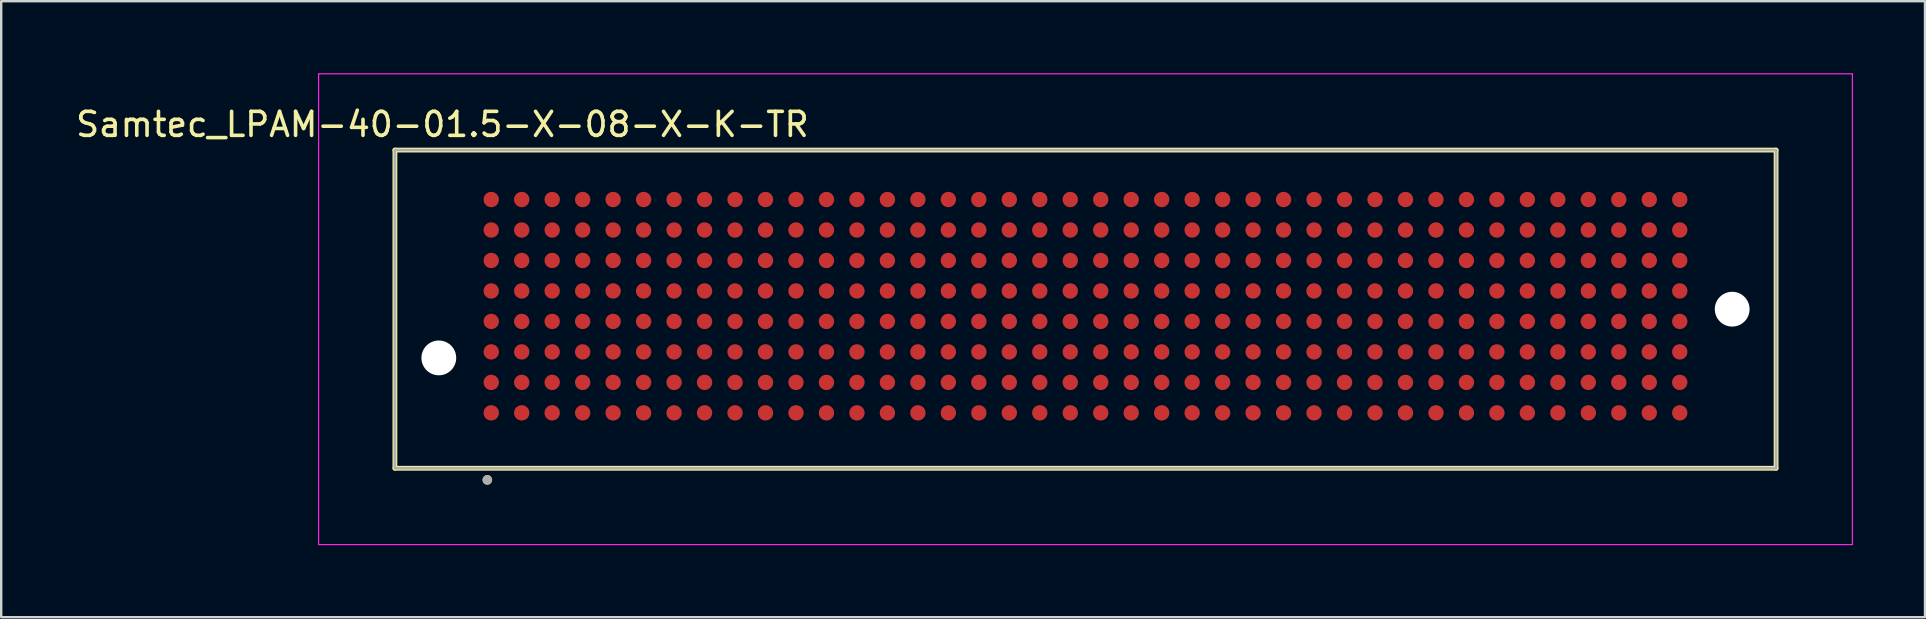
<source format=kicad_pcb>
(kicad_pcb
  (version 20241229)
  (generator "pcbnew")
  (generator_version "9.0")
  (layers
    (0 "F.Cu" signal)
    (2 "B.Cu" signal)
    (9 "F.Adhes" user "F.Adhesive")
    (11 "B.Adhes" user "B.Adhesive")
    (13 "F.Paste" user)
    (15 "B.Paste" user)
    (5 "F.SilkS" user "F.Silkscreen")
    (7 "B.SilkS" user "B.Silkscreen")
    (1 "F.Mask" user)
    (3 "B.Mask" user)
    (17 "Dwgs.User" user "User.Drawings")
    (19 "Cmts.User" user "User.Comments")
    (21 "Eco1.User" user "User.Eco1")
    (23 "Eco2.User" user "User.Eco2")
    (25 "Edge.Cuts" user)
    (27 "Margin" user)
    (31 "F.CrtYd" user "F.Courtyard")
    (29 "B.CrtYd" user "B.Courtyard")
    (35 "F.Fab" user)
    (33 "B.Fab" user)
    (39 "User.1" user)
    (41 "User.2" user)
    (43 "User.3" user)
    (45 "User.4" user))
  (footprint "Samtec_LPAM-40-01.5-X-08-X-K-TR"
    (layer "F.Cu")
    (at 42.187 9.835)
    (property "Reference" "Samtec_LPAM-40-01.5-X-08-X-K-TR" (at -26.8 -7.7 0) (layer "F.SilkS") (effects (font (size 1 1) (thickness 0.15))))
    (attr through_hole)
    (fp_line (start -28.78 -6.63) (end -28.78 6.63) (stroke (width 0.2) (type solid)) (layer "F.SilkS"))
    (fp_line (start -28.78 6.63) (end 28.78 6.63) (stroke (width 0.2) (type solid)) (layer "F.SilkS"))
    (fp_line (start 28.78 -6.63) (end -28.78 -6.63) (stroke (width 0.2) (type solid)) (layer "F.SilkS"))
    (fp_line (start 28.78 6.63) (end 28.78 -6.63) (stroke (width 0.2) (type solid)) (layer "F.SilkS"))
    (fp_circle (center -24.928 7.114) (end -24.828 7.114) (stroke (width 0.2) (type solid)) (fill no) (layer "F.SilkS"))
    (fp_poly (pts (xy -25.275 -5.08) (xy -25.275 -4.06) (xy -24.255 -4.06) (xy -24.255 -5.08)) (stroke (width 0.01) (type solid)) (fill yes) (layer "F.Paste"))
    (fp_poly (pts (xy -25.275 -3.81) (xy -25.275 -2.79) (xy -24.255 -2.79) (xy -24.255 -3.81)) (stroke (width 0.01) (type solid)) (fill yes) (layer "F.Paste"))
    (fp_poly (pts (xy -25.275 -2.54) (xy -25.275 -1.52) (xy -24.255 -1.52) (xy -24.255 -2.54)) (stroke (width 0.01) (type solid)) (fill yes) (layer "F.Paste"))
    (fp_poly (pts (xy -25.275 -1.27) (xy -25.275 -0.25) (xy -24.255 -0.25) (xy -24.255 -1.27)) (stroke (width 0.01) (type solid)) (fill yes) (layer "F.Paste"))
    (fp_poly (pts (xy -25.275 0) (xy -25.275 1.02) (xy -24.255 1.02) (xy -24.255 0)) (stroke (width 0.01) (type solid)) (fill yes) (layer "F.Paste"))
    (fp_poly (pts (xy -25.275 1.27) (xy -25.275 2.29) (xy -24.255 2.29) (xy -24.255 1.27)) (stroke (width 0.01) (type solid)) (fill yes) (layer "F.Paste"))
    (fp_poly (pts (xy -25.275 2.54) (xy -25.275 3.56) (xy -24.255 3.56) (xy -24.255 2.54)) (stroke (width 0.01) (type solid)) (fill yes) (layer "F.Paste"))
    (fp_poly (pts (xy -25.275 3.81) (xy -25.275 4.83) (xy -24.255 4.83) (xy -24.255 3.81)) (stroke (width 0.01) (type solid)) (fill yes) (layer "F.Paste"))
    (fp_poly (pts (xy -24.005 -5.08) (xy -24.005 -4.06) (xy -22.985 -4.06) (xy -22.985 -5.08)) (stroke (width 0.01) (type solid)) (fill yes) (layer "F.Paste"))
    (fp_poly (pts (xy -24.005 -3.81) (xy -24.005 -2.79) (xy -22.985 -2.79) (xy -22.985 -3.81)) (stroke (width 0.01) (type solid)) (fill yes) (layer "F.Paste"))
    (fp_poly (pts (xy -24.005 -2.54) (xy -24.005 -1.52) (xy -22.985 -1.52) (xy -22.985 -2.54)) (stroke (width 0.01) (type solid)) (fill yes) (layer "F.Paste"))
    (fp_poly (pts (xy -24.005 -1.27) (xy -24.005 -0.25) (xy -22.985 -0.25) (xy -22.985 -1.27)) (stroke (width 0.01) (type solid)) (fill yes) (layer "F.Paste"))
    (fp_poly (pts (xy -24.005 0) (xy -24.005 1.02) (xy -22.985 1.02) (xy -22.985 0)) (stroke (width 0.01) (type solid)) (fill yes) (layer "F.Paste"))
    (fp_poly (pts (xy -24.005 1.27) (xy -24.005 2.29) (xy -22.985 2.29) (xy -22.985 1.27)) (stroke (width 0.01) (type solid)) (fill yes) (layer "F.Paste"))
    (fp_poly (pts (xy -24.005 2.54) (xy -24.005 3.56) (xy -22.985 3.56) (xy -22.985 2.54)) (stroke (width 0.01) (type solid)) (fill yes) (layer "F.Paste"))
    (fp_poly (pts (xy -24.005 3.81) (xy -24.005 4.83) (xy -22.985 4.83) (xy -22.985 3.81)) (stroke (width 0.01) (type solid)) (fill yes) (layer "F.Paste"))
    (fp_poly (pts (xy -22.735 -5.08) (xy -22.735 -4.06) (xy -21.715 -4.06) (xy -21.715 -5.08)) (stroke (width 0.01) (type solid)) (fill yes) (layer "F.Paste"))
    (fp_poly (pts (xy -22.735 -3.81) (xy -22.735 -2.79) (xy -21.715 -2.79) (xy -21.715 -3.81)) (stroke (width 0.01) (type solid)) (fill yes) (layer "F.Paste"))
    (fp_poly (pts (xy -22.735 -2.54) (xy -22.735 -1.52) (xy -21.715 -1.52) (xy -21.715 -2.54)) (stroke (width 0.01) (type solid)) (fill yes) (layer "F.Paste"))
    (fp_poly (pts (xy -22.735 -1.27) (xy -22.735 -0.25) (xy -21.715 -0.25) (xy -21.715 -1.27)) (stroke (width 0.01) (type solid)) (fill yes) (layer "F.Paste"))
    (fp_poly (pts (xy -22.735 0) (xy -22.735 1.02) (xy -21.715 1.02) (xy -21.715 0)) (stroke (width 0.01) (type solid)) (fill yes) (layer "F.Paste"))
    (fp_poly (pts (xy -22.735 1.27) (xy -22.735 2.29) (xy -21.715 2.29) (xy -21.715 1.27)) (stroke (width 0.01) (type solid)) (fill yes) (layer "F.Paste"))
    (fp_poly (pts (xy -22.735 2.54) (xy -22.735 3.56) (xy -21.715 3.56) (xy -21.715 2.54)) (stroke (width 0.01) (type solid)) (fill yes) (layer "F.Paste"))
    (fp_poly (pts (xy -22.735 3.81) (xy -22.735 4.83) (xy -21.715 4.83) (xy -21.715 3.81)) (stroke (width 0.01) (type solid)) (fill yes) (layer "F.Paste"))
    (fp_poly (pts (xy -21.465 -5.08) (xy -21.465 -4.06) (xy -20.445 -4.06) (xy -20.445 -5.08)) (stroke (width 0.01) (type solid)) (fill yes) (layer "F.Paste"))
    (fp_poly (pts (xy -21.465 -3.81) (xy -21.465 -2.79) (xy -20.445 -2.79) (xy -20.445 -3.81)) (stroke (width 0.01) (type solid)) (fill yes) (layer "F.Paste"))
    (fp_poly (pts (xy -21.465 -2.54) (xy -21.465 -1.52) (xy -20.445 -1.52) (xy -20.445 -2.54)) (stroke (width 0.01) (type solid)) (fill yes) (layer "F.Paste"))
    (fp_poly (pts (xy -21.465 -1.27) (xy -21.465 -0.25) (xy -20.445 -0.25) (xy -20.445 -1.27)) (stroke (width 0.01) (type solid)) (fill yes) (layer "F.Paste"))
    (fp_poly (pts (xy -21.465 0) (xy -21.465 1.02) (xy -20.445 1.02) (xy -20.445 0)) (stroke (width 0.01) (type solid)) (fill yes) (layer "F.Paste"))
    (fp_poly (pts (xy -21.465 1.27) (xy -21.465 2.29) (xy -20.445 2.29) (xy -20.445 1.27)) (stroke (width 0.01) (type solid)) (fill yes) (layer "F.Paste"))
    (fp_poly (pts (xy -21.465 2.54) (xy -21.465 3.56) (xy -20.445 3.56) (xy -20.445 2.54)) (stroke (width 0.01) (type solid)) (fill yes) (layer "F.Paste"))
    (fp_poly (pts (xy -21.465 3.81) (xy -21.465 4.83) (xy -20.445 4.83) (xy -20.445 3.81)) (stroke (width 0.01) (type solid)) (fill yes) (layer "F.Paste"))
    (fp_poly (pts (xy -20.195 -5.08) (xy -20.195 -4.06) (xy -19.175 -4.06) (xy -19.175 -5.08)) (stroke (width 0.01) (type solid)) (fill yes) (layer "F.Paste"))
    (fp_poly (pts (xy -20.195 -3.81) (xy -20.195 -2.79) (xy -19.175 -2.79) (xy -19.175 -3.81)) (stroke (width 0.01) (type solid)) (fill yes) (layer "F.Paste"))
    (fp_poly (pts (xy -20.195 -2.54) (xy -20.195 -1.52) (xy -19.175 -1.52) (xy -19.175 -2.54)) (stroke (width 0.01) (type solid)) (fill yes) (layer "F.Paste"))
    (fp_poly (pts (xy -20.195 -1.27) (xy -20.195 -0.25) (xy -19.175 -0.25) (xy -19.175 -1.27)) (stroke (width 0.01) (type solid)) (fill yes) (layer "F.Paste"))
    (fp_poly (pts (xy -20.195 0) (xy -20.195 1.02) (xy -19.175 1.02) (xy -19.175 0)) (stroke (width 0.01) (type solid)) (fill yes) (layer "F.Paste"))
    (fp_poly (pts (xy -20.195 1.27) (xy -20.195 2.29) (xy -19.175 2.29) (xy -19.175 1.27)) (stroke (width 0.01) (type solid)) (fill yes) (layer "F.Paste"))
    (fp_poly (pts (xy -20.195 2.54) (xy -20.195 3.56) (xy -19.175 3.56) (xy -19.175 2.54)) (stroke (width 0.01) (type solid)) (fill yes) (layer "F.Paste"))
    (fp_poly (pts (xy -20.195 3.81) (xy -20.195 4.83) (xy -19.175 4.83) (xy -19.175 3.81)) (stroke (width 0.01) (type solid)) (fill yes) (layer "F.Paste"))
    (fp_poly (pts (xy -18.925 -5.08) (xy -18.925 -4.06) (xy -17.905 -4.06) (xy -17.905 -5.08)) (stroke (width 0.01) (type solid)) (fill yes) (layer "F.Paste"))
    (fp_poly (pts (xy -18.925 -3.81) (xy -18.925 -2.79) (xy -17.905 -2.79) (xy -17.905 -3.81)) (stroke (width 0.01) (type solid)) (fill yes) (layer "F.Paste"))
    (fp_poly (pts (xy -18.925 -2.54) (xy -18.925 -1.52) (xy -17.905 -1.52) (xy -17.905 -2.54)) (stroke (width 0.01) (type solid)) (fill yes) (layer "F.Paste"))
    (fp_poly (pts (xy -18.925 -1.27) (xy -18.925 -0.25) (xy -17.905 -0.25) (xy -17.905 -1.27)) (stroke (width 0.01) (type solid)) (fill yes) (layer "F.Paste"))
    (fp_poly (pts (xy -18.925 0) (xy -18.925 1.02) (xy -17.905 1.02) (xy -17.905 0)) (stroke (width 0.01) (type solid)) (fill yes) (layer "F.Paste"))
    (fp_poly (pts (xy -18.925 1.27) (xy -18.925 2.29) (xy -17.905 2.29) (xy -17.905 1.27)) (stroke (width 0.01) (type solid)) (fill yes) (layer "F.Paste"))
    (fp_poly (pts (xy -18.925 2.54) (xy -18.925 3.56) (xy -17.905 3.56) (xy -17.905 2.54)) (stroke (width 0.01) (type solid)) (fill yes) (layer "F.Paste"))
    (fp_poly (pts (xy -18.925 3.81) (xy -18.925 4.83) (xy -17.905 4.83) (xy -17.905 3.81)) (stroke (width 0.01) (type solid)) (fill yes) (layer "F.Paste"))
    (fp_poly (pts (xy -17.655 -5.08) (xy -17.655 -4.06) (xy -16.635 -4.06) (xy -16.635 -5.08)) (stroke (width 0.01) (type solid)) (fill yes) (layer "F.Paste"))
    (fp_poly (pts (xy -17.655 -3.81) (xy -17.655 -2.79) (xy -16.635 -2.79) (xy -16.635 -3.81)) (stroke (width 0.01) (type solid)) (fill yes) (layer "F.Paste"))
    (fp_poly (pts (xy -17.655 -2.54) (xy -17.655 -1.52) (xy -16.635 -1.52) (xy -16.635 -2.54)) (stroke (width 0.01) (type solid)) (fill yes) (layer "F.Paste"))
    (fp_poly (pts (xy -17.655 -1.27) (xy -17.655 -0.25) (xy -16.635 -0.25) (xy -16.635 -1.27)) (stroke (width 0.01) (type solid)) (fill yes) (layer "F.Paste"))
    (fp_poly (pts (xy -17.655 0) (xy -17.655 1.02) (xy -16.635 1.02) (xy -16.635 0)) (stroke (width 0.01) (type solid)) (fill yes) (layer "F.Paste"))
    (fp_poly (pts (xy -17.655 1.27) (xy -17.655 2.29) (xy -16.635 2.29) (xy -16.635 1.27)) (stroke (width 0.01) (type solid)) (fill yes) (layer "F.Paste"))
    (fp_poly (pts (xy -17.655 2.54) (xy -17.655 3.56) (xy -16.635 3.56) (xy -16.635 2.54)) (stroke (width 0.01) (type solid)) (fill yes) (layer "F.Paste"))
    (fp_poly (pts (xy -17.655 3.81) (xy -17.655 4.83) (xy -16.635 4.83) (xy -16.635 3.81)) (stroke (width 0.01) (type solid)) (fill yes) (layer "F.Paste"))
    (fp_poly (pts (xy -16.385 -5.08) (xy -16.385 -4.06) (xy -15.365 -4.06) (xy -15.365 -5.08)) (stroke (width 0.01) (type solid)) (fill yes) (layer "F.Paste"))
    (fp_poly (pts (xy -16.385 -3.81) (xy -16.385 -2.79) (xy -15.365 -2.79) (xy -15.365 -3.81)) (stroke (width 0.01) (type solid)) (fill yes) (layer "F.Paste"))
    (fp_poly (pts (xy -16.385 -2.54) (xy -16.385 -1.52) (xy -15.365 -1.52) (xy -15.365 -2.54)) (stroke (width 0.01) (type solid)) (fill yes) (layer "F.Paste"))
    (fp_poly (pts (xy -16.385 -1.27) (xy -16.385 -0.25) (xy -15.365 -0.25) (xy -15.365 -1.27)) (stroke (width 0.01) (type solid)) (fill yes) (layer "F.Paste"))
    (fp_poly (pts (xy -16.385 0) (xy -16.385 1.02) (xy -15.365 1.02) (xy -15.365 0)) (stroke (width 0.01) (type solid)) (fill yes) (layer "F.Paste"))
    (fp_poly (pts (xy -16.385 1.27) (xy -16.385 2.29) (xy -15.365 2.29) (xy -15.365 1.27)) (stroke (width 0.01) (type solid)) (fill yes) (layer "F.Paste"))
    (fp_poly (pts (xy -16.385 2.54) (xy -16.385 3.56) (xy -15.365 3.56) (xy -15.365 2.54)) (stroke (width 0.01) (type solid)) (fill yes) (layer "F.Paste"))
    (fp_poly (pts (xy -16.385 3.81) (xy -16.385 4.83) (xy -15.365 4.83) (xy -15.365 3.81)) (stroke (width 0.01) (type solid)) (fill yes) (layer "F.Paste"))
    (fp_poly (pts (xy -15.115 -5.08) (xy -15.115 -4.06) (xy -14.095 -4.06) (xy -14.095 -5.08)) (stroke (width 0.01) (type solid)) (fill yes) (layer "F.Paste"))
    (fp_poly (pts (xy -15.115 -3.81) (xy -15.115 -2.79) (xy -14.095 -2.79) (xy -14.095 -3.81)) (stroke (width 0.01) (type solid)) (fill yes) (layer "F.Paste"))
    (fp_poly (pts (xy -15.115 -2.54) (xy -15.115 -1.52) (xy -14.095 -1.52) (xy -14.095 -2.54)) (stroke (width 0.01) (type solid)) (fill yes) (layer "F.Paste"))
    (fp_poly (pts (xy -15.115 -1.27) (xy -15.115 -0.25) (xy -14.095 -0.25) (xy -14.095 -1.27)) (stroke (width 0.01) (type solid)) (fill yes) (layer "F.Paste"))
    (fp_poly (pts (xy -15.115 0) (xy -15.115 1.02) (xy -14.095 1.02) (xy -14.095 0)) (stroke (width 0.01) (type solid)) (fill yes) (layer "F.Paste"))
    (fp_poly (pts (xy -15.115 1.27) (xy -15.115 2.29) (xy -14.095 2.29) (xy -14.095 1.27)) (stroke (width 0.01) (type solid)) (fill yes) (layer "F.Paste"))
    (fp_poly (pts (xy -15.115 2.54) (xy -15.115 3.56) (xy -14.095 3.56) (xy -14.095 2.54)) (stroke (width 0.01) (type solid)) (fill yes) (layer "F.Paste"))
    (fp_poly (pts (xy -15.115 3.81) (xy -15.115 4.83) (xy -14.095 4.83) (xy -14.095 3.81)) (stroke (width 0.01) (type solid)) (fill yes) (layer "F.Paste"))
    (fp_poly (pts (xy -13.845 -5.08) (xy -13.845 -4.06) (xy -12.825 -4.06) (xy -12.825 -5.08)) (stroke (width 0.01) (type solid)) (fill yes) (layer "F.Paste"))
    (fp_poly (pts (xy -13.845 -3.81) (xy -13.845 -2.79) (xy -12.825 -2.79) (xy -12.825 -3.81)) (stroke (width 0.01) (type solid)) (fill yes) (layer "F.Paste"))
    (fp_poly (pts (xy -13.845 -2.54) (xy -13.845 -1.52) (xy -12.825 -1.52) (xy -12.825 -2.54)) (stroke (width 0.01) (type solid)) (fill yes) (layer "F.Paste"))
    (fp_poly (pts (xy -13.845 -1.27) (xy -13.845 -0.25) (xy -12.825 -0.25) (xy -12.825 -1.27)) (stroke (width 0.01) (type solid)) (fill yes) (layer "F.Paste"))
    (fp_poly (pts (xy -13.845 0) (xy -13.845 1.02) (xy -12.825 1.02) (xy -12.825 0)) (stroke (width 0.01) (type solid)) (fill yes) (layer "F.Paste"))
    (fp_poly (pts (xy -13.845 1.27) (xy -13.845 2.29) (xy -12.825 2.29) (xy -12.825 1.27)) (stroke (width 0.01) (type solid)) (fill yes) (layer "F.Paste"))
    (fp_poly (pts (xy -13.845 2.54) (xy -13.845 3.56) (xy -12.825 3.56) (xy -12.825 2.54)) (stroke (width 0.01) (type solid)) (fill yes) (layer "F.Paste"))
    (fp_poly (pts (xy -13.845 3.81) (xy -13.845 4.83) (xy -12.825 4.83) (xy -12.825 3.81)) (stroke (width 0.01) (type solid)) (fill yes) (layer "F.Paste"))
    (fp_poly (pts (xy -12.575 -5.08) (xy -12.575 -4.06) (xy -11.555 -4.06) (xy -11.555 -5.08)) (stroke (width 0.01) (type solid)) (fill yes) (layer "F.Paste"))
    (fp_poly (pts (xy -12.575 -3.81) (xy -12.575 -2.79) (xy -11.555 -2.79) (xy -11.555 -3.81)) (stroke (width 0.01) (type solid)) (fill yes) (layer "F.Paste"))
    (fp_poly (pts (xy -12.575 -2.54) (xy -12.575 -1.52) (xy -11.555 -1.52) (xy -11.555 -2.54)) (stroke (width 0.01) (type solid)) (fill yes) (layer "F.Paste"))
    (fp_poly (pts (xy -12.575 -1.27) (xy -12.575 -0.25) (xy -11.555 -0.25) (xy -11.555 -1.27)) (stroke (width 0.01) (type solid)) (fill yes) (layer "F.Paste"))
    (fp_poly (pts (xy -12.575 0) (xy -12.575 1.02) (xy -11.555 1.02) (xy -11.555 0)) (stroke (width 0.01) (type solid)) (fill yes) (layer "F.Paste"))
    (fp_poly (pts (xy -12.575 1.27) (xy -12.575 2.29) (xy -11.555 2.29) (xy -11.555 1.27)) (stroke (width 0.01) (type solid)) (fill yes) (layer "F.Paste"))
    (fp_poly (pts (xy -12.575 2.54) (xy -12.575 3.56) (xy -11.555 3.56) (xy -11.555 2.54)) (stroke (width 0.01) (type solid)) (fill yes) (layer "F.Paste"))
    (fp_poly (pts (xy -12.575 3.81) (xy -12.575 4.83) (xy -11.555 4.83) (xy -11.555 3.81)) (stroke (width 0.01) (type solid)) (fill yes) (layer "F.Paste"))
    (fp_poly (pts (xy -11.305 -5.08) (xy -11.305 -4.06) (xy -10.285 -4.06) (xy -10.285 -5.08)) (stroke (width 0.01) (type solid)) (fill yes) (layer "F.Paste"))
    (fp_poly (pts (xy -11.305 -3.81) (xy -11.305 -2.79) (xy -10.285 -2.79) (xy -10.285 -3.81)) (stroke (width 0.01) (type solid)) (fill yes) (layer "F.Paste"))
    (fp_poly (pts (xy -11.305 -2.54) (xy -11.305 -1.52) (xy -10.285 -1.52) (xy -10.285 -2.54)) (stroke (width 0.01) (type solid)) (fill yes) (layer "F.Paste"))
    (fp_poly (pts (xy -11.305 -1.27) (xy -11.305 -0.25) (xy -10.285 -0.25) (xy -10.285 -1.27)) (stroke (width 0.01) (type solid)) (fill yes) (layer "F.Paste"))
    (fp_poly (pts (xy -11.305 0) (xy -11.305 1.02) (xy -10.285 1.02) (xy -10.285 0)) (stroke (width 0.01) (type solid)) (fill yes) (layer "F.Paste"))
    (fp_poly (pts (xy -11.305 1.27) (xy -11.305 2.29) (xy -10.285 2.29) (xy -10.285 1.27)) (stroke (width 0.01) (type solid)) (fill yes) (layer "F.Paste"))
    (fp_poly (pts (xy -11.305 2.54) (xy -11.305 3.56) (xy -10.285 3.56) (xy -10.285 2.54)) (stroke (width 0.01) (type solid)) (fill yes) (layer "F.Paste"))
    (fp_poly (pts (xy -11.305 3.81) (xy -11.305 4.83) (xy -10.285 4.83) (xy -10.285 3.81)) (stroke (width 0.01) (type solid)) (fill yes) (layer "F.Paste"))
    (fp_poly (pts (xy -10.035 -5.08) (xy -10.035 -4.06) (xy -9.015 -4.06) (xy -9.015 -5.08)) (stroke (width 0.01) (type solid)) (fill yes) (layer "F.Paste"))
    (fp_poly (pts (xy -10.035 -3.81) (xy -10.035 -2.79) (xy -9.015 -2.79) (xy -9.015 -3.81)) (stroke (width 0.01) (type solid)) (fill yes) (layer "F.Paste"))
    (fp_poly (pts (xy -10.035 -2.54) (xy -10.035 -1.52) (xy -9.015 -1.52) (xy -9.015 -2.54)) (stroke (width 0.01) (type solid)) (fill yes) (layer "F.Paste"))
    (fp_poly (pts (xy -10.035 -1.27) (xy -10.035 -0.25) (xy -9.015 -0.25) (xy -9.015 -1.27)) (stroke (width 0.01) (type solid)) (fill yes) (layer "F.Paste"))
    (fp_poly (pts (xy -10.035 0) (xy -10.035 1.02) (xy -9.015 1.02) (xy -9.015 0)) (stroke (width 0.01) (type solid)) (fill yes) (layer "F.Paste"))
    (fp_poly (pts (xy -10.035 1.27) (xy -10.035 2.29) (xy -9.015 2.29) (xy -9.015 1.27)) (stroke (width 0.01) (type solid)) (fill yes) (layer "F.Paste"))
    (fp_poly (pts (xy -10.035 2.54) (xy -10.035 3.56) (xy -9.015 3.56) (xy -9.015 2.54)) (stroke (width 0.01) (type solid)) (fill yes) (layer "F.Paste"))
    (fp_poly (pts (xy -10.035 3.81) (xy -10.035 4.83) (xy -9.015 4.83) (xy -9.015 3.81)) (stroke (width 0.01) (type solid)) (fill yes) (layer "F.Paste"))
    (fp_poly (pts (xy -8.765 -5.08) (xy -8.765 -4.06) (xy -7.745 -4.06) (xy -7.745 -5.08)) (stroke (width 0.01) (type solid)) (fill yes) (layer "F.Paste"))
    (fp_poly (pts (xy -8.765 -3.81) (xy -8.765 -2.79) (xy -7.745 -2.79) (xy -7.745 -3.81)) (stroke (width 0.01) (type solid)) (fill yes) (layer "F.Paste"))
    (fp_poly (pts (xy -8.765 -2.54) (xy -8.765 -1.52) (xy -7.745 -1.52) (xy -7.745 -2.54)) (stroke (width 0.01) (type solid)) (fill yes) (layer "F.Paste"))
    (fp_poly (pts (xy -8.765 -1.27) (xy -8.765 -0.25) (xy -7.745 -0.25) (xy -7.745 -1.27)) (stroke (width 0.01) (type solid)) (fill yes) (layer "F.Paste"))
    (fp_poly (pts (xy -8.765 0) (xy -8.765 1.02) (xy -7.745 1.02) (xy -7.745 0)) (stroke (width 0.01) (type solid)) (fill yes) (layer "F.Paste"))
    (fp_poly (pts (xy -8.765 1.27) (xy -8.765 2.29) (xy -7.745 2.29) (xy -7.745 1.27)) (stroke (width 0.01) (type solid)) (fill yes) (layer "F.Paste"))
    (fp_poly (pts (xy -8.765 2.54) (xy -8.765 3.56) (xy -7.745 3.56) (xy -7.745 2.54)) (stroke (width 0.01) (type solid)) (fill yes) (layer "F.Paste"))
    (fp_poly (pts (xy -8.765 3.81) (xy -8.765 4.83) (xy -7.745 4.83) (xy -7.745 3.81)) (stroke (width 0.01) (type solid)) (fill yes) (layer "F.Paste"))
    (fp_poly (pts (xy -7.495 -5.08) (xy -7.495 -4.06) (xy -6.475 -4.06) (xy -6.475 -5.08)) (stroke (width 0.01) (type solid)) (fill yes) (layer "F.Paste"))
    (fp_poly (pts (xy -7.495 -3.81) (xy -7.495 -2.79) (xy -6.475 -2.79) (xy -6.475 -3.81)) (stroke (width 0.01) (type solid)) (fill yes) (layer "F.Paste"))
    (fp_poly (pts (xy -7.495 -2.54) (xy -7.495 -1.52) (xy -6.475 -1.52) (xy -6.475 -2.54)) (stroke (width 0.01) (type solid)) (fill yes) (layer "F.Paste"))
    (fp_poly (pts (xy -7.495 -1.27) (xy -7.495 -0.25) (xy -6.475 -0.25) (xy -6.475 -1.27)) (stroke (width 0.01) (type solid)) (fill yes) (layer "F.Paste"))
    (fp_poly (pts (xy -7.495 0) (xy -7.495 1.02) (xy -6.475 1.02) (xy -6.475 0)) (stroke (width 0.01) (type solid)) (fill yes) (layer "F.Paste"))
    (fp_poly (pts (xy -7.495 1.27) (xy -7.495 2.29) (xy -6.475 2.29) (xy -6.475 1.27)) (stroke (width 0.01) (type solid)) (fill yes) (layer "F.Paste"))
    (fp_poly (pts (xy -7.495 2.54) (xy -7.495 3.56) (xy -6.475 3.56) (xy -6.475 2.54)) (stroke (width 0.01) (type solid)) (fill yes) (layer "F.Paste"))
    (fp_poly (pts (xy -7.495 3.81) (xy -7.495 4.83) (xy -6.475 4.83) (xy -6.475 3.81)) (stroke (width 0.01) (type solid)) (fill yes) (layer "F.Paste"))
    (fp_poly (pts (xy -6.225 -5.08) (xy -6.225 -4.06) (xy -5.205 -4.06) (xy -5.205 -5.08)) (stroke (width 0.01) (type solid)) (fill yes) (layer "F.Paste"))
    (fp_poly (pts (xy -6.225 -3.81) (xy -6.225 -2.79) (xy -5.205 -2.79) (xy -5.205 -3.81)) (stroke (width 0.01) (type solid)) (fill yes) (layer "F.Paste"))
    (fp_poly (pts (xy -6.225 -2.54) (xy -6.225 -1.52) (xy -5.205 -1.52) (xy -5.205 -2.54)) (stroke (width 0.01) (type solid)) (fill yes) (layer "F.Paste"))
    (fp_poly (pts (xy -6.225 -1.27) (xy -6.225 -0.25) (xy -5.205 -0.25) (xy -5.205 -1.27)) (stroke (width 0.01) (type solid)) (fill yes) (layer "F.Paste"))
    (fp_poly (pts (xy -6.225 0) (xy -6.225 1.02) (xy -5.205 1.02) (xy -5.205 0)) (stroke (width 0.01) (type solid)) (fill yes) (layer "F.Paste"))
    (fp_poly (pts (xy -6.225 1.27) (xy -6.225 2.29) (xy -5.205 2.29) (xy -5.205 1.27)) (stroke (width 0.01) (type solid)) (fill yes) (layer "F.Paste"))
    (fp_poly (pts (xy -6.225 2.54) (xy -6.225 3.56) (xy -5.205 3.56) (xy -5.205 2.54)) (stroke (width 0.01) (type solid)) (fill yes) (layer "F.Paste"))
    (fp_poly (pts (xy -6.225 3.81) (xy -6.225 4.83) (xy -5.205 4.83) (xy -5.205 3.81)) (stroke (width 0.01) (type solid)) (fill yes) (layer "F.Paste"))
    (fp_poly (pts (xy -4.955 -5.08) (xy -4.955 -4.06) (xy -3.935 -4.06) (xy -3.935 -5.08)) (stroke (width 0.01) (type solid)) (fill yes) (layer "F.Paste"))
    (fp_poly (pts (xy -4.955 -3.81) (xy -4.955 -2.79) (xy -3.935 -2.79) (xy -3.935 -3.81)) (stroke (width 0.01) (type solid)) (fill yes) (layer "F.Paste"))
    (fp_poly (pts (xy -4.955 -2.54) (xy -4.955 -1.52) (xy -3.935 -1.52) (xy -3.935 -2.54)) (stroke (width 0.01) (type solid)) (fill yes) (layer "F.Paste"))
    (fp_poly (pts (xy -4.955 -1.27) (xy -4.955 -0.25) (xy -3.935 -0.25) (xy -3.935 -1.27)) (stroke (width 0.01) (type solid)) (fill yes) (layer "F.Paste"))
    (fp_poly (pts (xy -4.955 0) (xy -4.955 1.02) (xy -3.935 1.02) (xy -3.935 0)) (stroke (width 0.01) (type solid)) (fill yes) (layer "F.Paste"))
    (fp_poly (pts (xy -4.955 1.27) (xy -4.955 2.29) (xy -3.935 2.29) (xy -3.935 1.27)) (stroke (width 0.01) (type solid)) (fill yes) (layer "F.Paste"))
    (fp_poly (pts (xy -4.955 2.54) (xy -4.955 3.56) (xy -3.935 3.56) (xy -3.935 2.54)) (stroke (width 0.01) (type solid)) (fill yes) (layer "F.Paste"))
    (fp_poly (pts (xy -4.955 3.81) (xy -4.955 4.83) (xy -3.935 4.83) (xy -3.935 3.81)) (stroke (width 0.01) (type solid)) (fill yes) (layer "F.Paste"))
    (fp_poly (pts (xy -3.685 -5.08) (xy -3.685 -4.06) (xy -2.665 -4.06) (xy -2.665 -5.08)) (stroke (width 0.01) (type solid)) (fill yes) (layer "F.Paste"))
    (fp_poly (pts (xy -3.685 -3.81) (xy -3.685 -2.79) (xy -2.665 -2.79) (xy -2.665 -3.81)) (stroke (width 0.01) (type solid)) (fill yes) (layer "F.Paste"))
    (fp_poly (pts (xy -3.685 -2.54) (xy -3.685 -1.52) (xy -2.665 -1.52) (xy -2.665 -2.54)) (stroke (width 0.01) (type solid)) (fill yes) (layer "F.Paste"))
    (fp_poly (pts (xy -3.685 -1.27) (xy -3.685 -0.25) (xy -2.665 -0.25) (xy -2.665 -1.27)) (stroke (width 0.01) (type solid)) (fill yes) (layer "F.Paste"))
    (fp_poly (pts (xy -3.685 0) (xy -3.685 1.02) (xy -2.665 1.02) (xy -2.665 0)) (stroke (width 0.01) (type solid)) (fill yes) (layer "F.Paste"))
    (fp_poly (pts (xy -3.685 1.27) (xy -3.685 2.29) (xy -2.665 2.29) (xy -2.665 1.27)) (stroke (width 0.01) (type solid)) (fill yes) (layer "F.Paste"))
    (fp_poly (pts (xy -3.685 2.54) (xy -3.685 3.56) (xy -2.665 3.56) (xy -2.665 2.54)) (stroke (width 0.01) (type solid)) (fill yes) (layer "F.Paste"))
    (fp_poly (pts (xy -3.685 3.81) (xy -3.685 4.83) (xy -2.665 4.83) (xy -2.665 3.81)) (stroke (width 0.01) (type solid)) (fill yes) (layer "F.Paste"))
    (fp_poly (pts (xy -2.415 -5.08) (xy -2.415 -4.06) (xy -1.395 -4.06) (xy -1.395 -5.08)) (stroke (width 0.01) (type solid)) (fill yes) (layer "F.Paste"))
    (fp_poly (pts (xy -2.415 -3.81) (xy -2.415 -2.79) (xy -1.395 -2.79) (xy -1.395 -3.81)) (stroke (width 0.01) (type solid)) (fill yes) (layer "F.Paste"))
    (fp_poly (pts (xy -2.415 -2.54) (xy -2.415 -1.52) (xy -1.395 -1.52) (xy -1.395 -2.54)) (stroke (width 0.01) (type solid)) (fill yes) (layer "F.Paste"))
    (fp_poly (pts (xy -2.415 -1.27) (xy -2.415 -0.25) (xy -1.395 -0.25) (xy -1.395 -1.27)) (stroke (width 0.01) (type solid)) (fill yes) (layer "F.Paste"))
    (fp_poly (pts (xy -2.415 0) (xy -2.415 1.02) (xy -1.395 1.02) (xy -1.395 0)) (stroke (width 0.01) (type solid)) (fill yes) (layer "F.Paste"))
    (fp_poly (pts (xy -2.415 1.27) (xy -2.415 2.29) (xy -1.395 2.29) (xy -1.395 1.27)) (stroke (width 0.01) (type solid)) (fill yes) (layer "F.Paste"))
    (fp_poly (pts (xy -2.415 2.54) (xy -2.415 3.56) (xy -1.395 3.56) (xy -1.395 2.54)) (stroke (width 0.01) (type solid)) (fill yes) (layer "F.Paste"))
    (fp_poly (pts (xy -2.415 3.81) (xy -2.415 4.83) (xy -1.395 4.83) (xy -1.395 3.81)) (stroke (width 0.01) (type solid)) (fill yes) (layer "F.Paste"))
    (fp_poly (pts (xy -1.145 -5.08) (xy -1.145 -4.06) (xy -0.125 -4.06) (xy -0.125 -5.08)) (stroke (width 0.01) (type solid)) (fill yes) (layer "F.Paste"))
    (fp_poly (pts (xy -1.145 -3.81) (xy -1.145 -2.79) (xy -0.125 -2.79) (xy -0.125 -3.81)) (stroke (width 0.01) (type solid)) (fill yes) (layer "F.Paste"))
    (fp_poly (pts (xy -1.145 -2.54) (xy -1.145 -1.52) (xy -0.125 -1.52) (xy -0.125 -2.54)) (stroke (width 0.01) (type solid)) (fill yes) (layer "F.Paste"))
    (fp_poly (pts (xy -1.145 -1.27) (xy -1.145 -0.25) (xy -0.125 -0.25) (xy -0.125 -1.27)) (stroke (width 0.01) (type solid)) (fill yes) (layer "F.Paste"))
    (fp_poly (pts (xy -1.145 0) (xy -1.145 1.02) (xy -0.125 1.02) (xy -0.125 0)) (stroke (width 0.01) (type solid)) (fill yes) (layer "F.Paste"))
    (fp_poly (pts (xy -1.145 1.27) (xy -1.145 2.29) (xy -0.125 2.29) (xy -0.125 1.27)) (stroke (width 0.01) (type solid)) (fill yes) (layer "F.Paste"))
    (fp_poly (pts (xy -1.145 2.54) (xy -1.145 3.56) (xy -0.125 3.56) (xy -0.125 2.54)) (stroke (width 0.01) (type solid)) (fill yes) (layer "F.Paste"))
    (fp_poly (pts (xy -1.145 3.81) (xy -1.145 4.83) (xy -0.125 4.83) (xy -0.125 3.81)) (stroke (width 0.01) (type solid)) (fill yes) (layer "F.Paste"))
    (fp_poly (pts (xy 0.125 -5.08) (xy 0.125 -4.06) (xy 1.145 -4.06) (xy 1.145 -5.08)) (stroke (width 0.01) (type solid)) (fill yes) (layer "F.Paste"))
    (fp_poly (pts (xy 0.125 -3.81) (xy 0.125 -2.79) (xy 1.145 -2.79) (xy 1.145 -3.81)) (stroke (width 0.01) (type solid)) (fill yes) (layer "F.Paste"))
    (fp_poly (pts (xy 0.125 -2.54) (xy 0.125 -1.52) (xy 1.145 -1.52) (xy 1.145 -2.54)) (stroke (width 0.01) (type solid)) (fill yes) (layer "F.Paste"))
    (fp_poly (pts (xy 0.125 -1.27) (xy 0.125 -0.25) (xy 1.145 -0.25) (xy 1.145 -1.27)) (stroke (width 0.01) (type solid)) (fill yes) (layer "F.Paste"))
    (fp_poly (pts (xy 0.125 0) (xy 0.125 1.02) (xy 1.145 1.02) (xy 1.145 0)) (stroke (width 0.01) (type solid)) (fill yes) (layer "F.Paste"))
    (fp_poly (pts (xy 0.125 1.27) (xy 0.125 2.29) (xy 1.145 2.29) (xy 1.145 1.27)) (stroke (width 0.01) (type solid)) (fill yes) (layer "F.Paste"))
    (fp_poly (pts (xy 0.125 2.54) (xy 0.125 3.56) (xy 1.145 3.56) (xy 1.145 2.54)) (stroke (width 0.01) (type solid)) (fill yes) (layer "F.Paste"))
    (fp_poly (pts (xy 0.125 3.81) (xy 0.125 4.83) (xy 1.145 4.83) (xy 1.145 3.81)) (stroke (width 0.01) (type solid)) (fill yes) (layer "F.Paste"))
    (fp_poly (pts (xy 1.395 -5.08) (xy 1.395 -4.06) (xy 2.415 -4.06) (xy 2.415 -5.08)) (stroke (width 0.01) (type solid)) (fill yes) (layer "F.Paste"))
    (fp_poly (pts (xy 1.395 -3.81) (xy 1.395 -2.79) (xy 2.415 -2.79) (xy 2.415 -3.81)) (stroke (width 0.01) (type solid)) (fill yes) (layer "F.Paste"))
    (fp_poly (pts (xy 1.395 -2.54) (xy 1.395 -1.52) (xy 2.415 -1.52) (xy 2.415 -2.54)) (stroke (width 0.01) (type solid)) (fill yes) (layer "F.Paste"))
    (fp_poly (pts (xy 1.395 -1.27) (xy 1.395 -0.25) (xy 2.415 -0.25) (xy 2.415 -1.27)) (stroke (width 0.01) (type solid)) (fill yes) (layer "F.Paste"))
    (fp_poly (pts (xy 1.395 0) (xy 1.395 1.02) (xy 2.415 1.02) (xy 2.415 0)) (stroke (width 0.01) (type solid)) (fill yes) (layer "F.Paste"))
    (fp_poly (pts (xy 1.395 1.27) (xy 1.395 2.29) (xy 2.415 2.29) (xy 2.415 1.27)) (stroke (width 0.01) (type solid)) (fill yes) (layer "F.Paste"))
    (fp_poly (pts (xy 1.395 2.54) (xy 1.395 3.56) (xy 2.415 3.56) (xy 2.415 2.54)) (stroke (width 0.01) (type solid)) (fill yes) (layer "F.Paste"))
    (fp_poly (pts (xy 1.395 3.81) (xy 1.395 4.83) (xy 2.415 4.83) (xy 2.415 3.81)) (stroke (width 0.01) (type solid)) (fill yes) (layer "F.Paste"))
    (fp_poly (pts (xy 2.665 -5.08) (xy 2.665 -4.06) (xy 3.685 -4.06) (xy 3.685 -5.08)) (stroke (width 0.01) (type solid)) (fill yes) (layer "F.Paste"))
    (fp_poly (pts (xy 2.665 -3.81) (xy 2.665 -2.79) (xy 3.685 -2.79) (xy 3.685 -3.81)) (stroke (width 0.01) (type solid)) (fill yes) (layer "F.Paste"))
    (fp_poly (pts (xy 2.665 -2.54) (xy 2.665 -1.52) (xy 3.685 -1.52) (xy 3.685 -2.54)) (stroke (width 0.01) (type solid)) (fill yes) (layer "F.Paste"))
    (fp_poly (pts (xy 2.665 -1.27) (xy 2.665 -0.25) (xy 3.685 -0.25) (xy 3.685 -1.27)) (stroke (width 0.01) (type solid)) (fill yes) (layer "F.Paste"))
    (fp_poly (pts (xy 2.665 0) (xy 2.665 1.02) (xy 3.685 1.02) (xy 3.685 0)) (stroke (width 0.01) (type solid)) (fill yes) (layer "F.Paste"))
    (fp_poly (pts (xy 2.665 1.27) (xy 2.665 2.29) (xy 3.685 2.29) (xy 3.685 1.27)) (stroke (width 0.01) (type solid)) (fill yes) (layer "F.Paste"))
    (fp_poly (pts (xy 2.665 2.54) (xy 2.665 3.56) (xy 3.685 3.56) (xy 3.685 2.54)) (stroke (width 0.01) (type solid)) (fill yes) (layer "F.Paste"))
    (fp_poly (pts (xy 2.665 3.81) (xy 2.665 4.83) (xy 3.685 4.83) (xy 3.685 3.81)) (stroke (width 0.01) (type solid)) (fill yes) (layer "F.Paste"))
    (fp_poly (pts (xy 3.935 -5.08) (xy 3.935 -4.06) (xy 4.955 -4.06) (xy 4.955 -5.08)) (stroke (width 0.01) (type solid)) (fill yes) (layer "F.Paste"))
    (fp_poly (pts (xy 3.935 -3.81) (xy 3.935 -2.79) (xy 4.955 -2.79) (xy 4.955 -3.81)) (stroke (width 0.01) (type solid)) (fill yes) (layer "F.Paste"))
    (fp_poly (pts (xy 3.935 -2.54) (xy 3.935 -1.52) (xy 4.955 -1.52) (xy 4.955 -2.54)) (stroke (width 0.01) (type solid)) (fill yes) (layer "F.Paste"))
    (fp_poly (pts (xy 3.935 -1.27) (xy 3.935 -0.25) (xy 4.955 -0.25) (xy 4.955 -1.27)) (stroke (width 0.01) (type solid)) (fill yes) (layer "F.Paste"))
    (fp_poly (pts (xy 3.935 0) (xy 3.935 1.02) (xy 4.955 1.02) (xy 4.955 0)) (stroke (width 0.01) (type solid)) (fill yes) (layer "F.Paste"))
    (fp_poly (pts (xy 3.935 1.27) (xy 3.935 2.29) (xy 4.955 2.29) (xy 4.955 1.27)) (stroke (width 0.01) (type solid)) (fill yes) (layer "F.Paste"))
    (fp_poly (pts (xy 3.935 2.54) (xy 3.935 3.56) (xy 4.955 3.56) (xy 4.955 2.54)) (stroke (width 0.01) (type solid)) (fill yes) (layer "F.Paste"))
    (fp_poly (pts (xy 3.935 3.81) (xy 3.935 4.83) (xy 4.955 4.83) (xy 4.955 3.81)) (stroke (width 0.01) (type solid)) (fill yes) (layer "F.Paste"))
    (fp_poly (pts (xy 5.205 -5.08) (xy 5.205 -4.06) (xy 6.225 -4.06) (xy 6.225 -5.08)) (stroke (width 0.01) (type solid)) (fill yes) (layer "F.Paste"))
    (fp_poly (pts (xy 5.205 -3.81) (xy 5.205 -2.79) (xy 6.225 -2.79) (xy 6.225 -3.81)) (stroke (width 0.01) (type solid)) (fill yes) (layer "F.Paste"))
    (fp_poly (pts (xy 5.205 -2.54) (xy 5.205 -1.52) (xy 6.225 -1.52) (xy 6.225 -2.54)) (stroke (width 0.01) (type solid)) (fill yes) (layer "F.Paste"))
    (fp_poly (pts (xy 5.205 -1.27) (xy 5.205 -0.25) (xy 6.225 -0.25) (xy 6.225 -1.27)) (stroke (width 0.01) (type solid)) (fill yes) (layer "F.Paste"))
    (fp_poly (pts (xy 5.205 0) (xy 5.205 1.02) (xy 6.225 1.02) (xy 6.225 0)) (stroke (width 0.01) (type solid)) (fill yes) (layer "F.Paste"))
    (fp_poly (pts (xy 5.205 1.27) (xy 5.205 2.29) (xy 6.225 2.29) (xy 6.225 1.27)) (stroke (width 0.01) (type solid)) (fill yes) (layer "F.Paste"))
    (fp_poly (pts (xy 5.205 2.54) (xy 5.205 3.56) (xy 6.225 3.56) (xy 6.225 2.54)) (stroke (width 0.01) (type solid)) (fill yes) (layer "F.Paste"))
    (fp_poly (pts (xy 5.205 3.81) (xy 5.205 4.83) (xy 6.225 4.83) (xy 6.225 3.81)) (stroke (width 0.01) (type solid)) (fill yes) (layer "F.Paste"))
    (fp_poly (pts (xy 6.475 -5.08) (xy 6.475 -4.06) (xy 7.495 -4.06) (xy 7.495 -5.08)) (stroke (width 0.01) (type solid)) (fill yes) (layer "F.Paste"))
    (fp_poly (pts (xy 6.475 -3.81) (xy 6.475 -2.79) (xy 7.495 -2.79) (xy 7.495 -3.81)) (stroke (width 0.01) (type solid)) (fill yes) (layer "F.Paste"))
    (fp_poly (pts (xy 6.475 -2.54) (xy 6.475 -1.52) (xy 7.495 -1.52) (xy 7.495 -2.54)) (stroke (width 0.01) (type solid)) (fill yes) (layer "F.Paste"))
    (fp_poly (pts (xy 6.475 -1.27) (xy 6.475 -0.25) (xy 7.495 -0.25) (xy 7.495 -1.27)) (stroke (width 0.01) (type solid)) (fill yes) (layer "F.Paste"))
    (fp_poly (pts (xy 6.475 0) (xy 6.475 1.02) (xy 7.495 1.02) (xy 7.495 0)) (stroke (width 0.01) (type solid)) (fill yes) (layer "F.Paste"))
    (fp_poly (pts (xy 6.475 1.27) (xy 6.475 2.29) (xy 7.495 2.29) (xy 7.495 1.27)) (stroke (width 0.01) (type solid)) (fill yes) (layer "F.Paste"))
    (fp_poly (pts (xy 6.475 2.54) (xy 6.475 3.56) (xy 7.495 3.56) (xy 7.495 2.54)) (stroke (width 0.01) (type solid)) (fill yes) (layer "F.Paste"))
    (fp_poly (pts (xy 6.475 3.81) (xy 6.475 4.83) (xy 7.495 4.83) (xy 7.495 3.81)) (stroke (width 0.01) (type solid)) (fill yes) (layer "F.Paste"))
    (fp_poly (pts (xy 7.745 -5.08) (xy 7.745 -4.06) (xy 8.765 -4.06) (xy 8.765 -5.08)) (stroke (width 0.01) (type solid)) (fill yes) (layer "F.Paste"))
    (fp_poly (pts (xy 7.745 -3.81) (xy 7.745 -2.79) (xy 8.765 -2.79) (xy 8.765 -3.81)) (stroke (width 0.01) (type solid)) (fill yes) (layer "F.Paste"))
    (fp_poly (pts (xy 7.745 -2.54) (xy 7.745 -1.52) (xy 8.765 -1.52) (xy 8.765 -2.54)) (stroke (width 0.01) (type solid)) (fill yes) (layer "F.Paste"))
    (fp_poly (pts (xy 7.745 -1.27) (xy 7.745 -0.25) (xy 8.765 -0.25) (xy 8.765 -1.27)) (stroke (width 0.01) (type solid)) (fill yes) (layer "F.Paste"))
    (fp_poly (pts (xy 7.745 0) (xy 7.745 1.02) (xy 8.765 1.02) (xy 8.765 0)) (stroke (width 0.01) (type solid)) (fill yes) (layer "F.Paste"))
    (fp_poly (pts (xy 7.745 1.27) (xy 7.745 2.29) (xy 8.765 2.29) (xy 8.765 1.27)) (stroke (width 0.01) (type solid)) (fill yes) (layer "F.Paste"))
    (fp_poly (pts (xy 7.745 2.54) (xy 7.745 3.56) (xy 8.765 3.56) (xy 8.765 2.54)) (stroke (width 0.01) (type solid)) (fill yes) (layer "F.Paste"))
    (fp_poly (pts (xy 7.745 3.81) (xy 7.745 4.83) (xy 8.765 4.83) (xy 8.765 3.81)) (stroke (width 0.01) (type solid)) (fill yes) (layer "F.Paste"))
    (fp_poly (pts (xy 9.015 -5.08) (xy 9.015 -4.06) (xy 10.035 -4.06) (xy 10.035 -5.08)) (stroke (width 0.01) (type solid)) (fill yes) (layer "F.Paste"))
    (fp_poly (pts (xy 9.015 -3.81) (xy 9.015 -2.79) (xy 10.035 -2.79) (xy 10.035 -3.81)) (stroke (width 0.01) (type solid)) (fill yes) (layer "F.Paste"))
    (fp_poly (pts (xy 9.015 -2.54) (xy 9.015 -1.52) (xy 10.035 -1.52) (xy 10.035 -2.54)) (stroke (width 0.01) (type solid)) (fill yes) (layer "F.Paste"))
    (fp_poly (pts (xy 9.015 -1.27) (xy 9.015 -0.25) (xy 10.035 -0.25) (xy 10.035 -1.27)) (stroke (width 0.01) (type solid)) (fill yes) (layer "F.Paste"))
    (fp_poly (pts (xy 9.015 0) (xy 9.015 1.02) (xy 10.035 1.02) (xy 10.035 0)) (stroke (width 0.01) (type solid)) (fill yes) (layer "F.Paste"))
    (fp_poly (pts (xy 9.015 1.27) (xy 9.015 2.29) (xy 10.035 2.29) (xy 10.035 1.27)) (stroke (width 0.01) (type solid)) (fill yes) (layer "F.Paste"))
    (fp_poly (pts (xy 9.015 2.54) (xy 9.015 3.56) (xy 10.035 3.56) (xy 10.035 2.54)) (stroke (width 0.01) (type solid)) (fill yes) (layer "F.Paste"))
    (fp_poly (pts (xy 9.015 3.81) (xy 9.015 4.83) (xy 10.035 4.83) (xy 10.035 3.81)) (stroke (width 0.01) (type solid)) (fill yes) (layer "F.Paste"))
    (fp_poly (pts (xy 10.285 -5.08) (xy 10.285 -4.06) (xy 11.305 -4.06) (xy 11.305 -5.08)) (stroke (width 0.01) (type solid)) (fill yes) (layer "F.Paste"))
    (fp_poly (pts (xy 10.285 -3.81) (xy 10.285 -2.79) (xy 11.305 -2.79) (xy 11.305 -3.81)) (stroke (width 0.01) (type solid)) (fill yes) (layer "F.Paste"))
    (fp_poly (pts (xy 10.285 -2.54) (xy 10.285 -1.52) (xy 11.305 -1.52) (xy 11.305 -2.54)) (stroke (width 0.01) (type solid)) (fill yes) (layer "F.Paste"))
    (fp_poly (pts (xy 10.285 -1.27) (xy 10.285 -0.25) (xy 11.305 -0.25) (xy 11.305 -1.27)) (stroke (width 0.01) (type solid)) (fill yes) (layer "F.Paste"))
    (fp_poly (pts (xy 10.285 0) (xy 10.285 1.02) (xy 11.305 1.02) (xy 11.305 0)) (stroke (width 0.01) (type solid)) (fill yes) (layer "F.Paste"))
    (fp_poly (pts (xy 10.285 1.27) (xy 10.285 2.29) (xy 11.305 2.29) (xy 11.305 1.27)) (stroke (width 0.01) (type solid)) (fill yes) (layer "F.Paste"))
    (fp_poly (pts (xy 10.285 2.54) (xy 10.285 3.56) (xy 11.305 3.56) (xy 11.305 2.54)) (stroke (width 0.01) (type solid)) (fill yes) (layer "F.Paste"))
    (fp_poly (pts (xy 10.285 3.81) (xy 10.285 4.83) (xy 11.305 4.83) (xy 11.305 3.81)) (stroke (width 0.01) (type solid)) (fill yes) (layer "F.Paste"))
    (fp_poly (pts (xy 11.555 -5.08) (xy 11.555 -4.06) (xy 12.575 -4.06) (xy 12.575 -5.08)) (stroke (width 0.01) (type solid)) (fill yes) (layer "F.Paste"))
    (fp_poly (pts (xy 11.555 -3.81) (xy 11.555 -2.79) (xy 12.575 -2.79) (xy 12.575 -3.81)) (stroke (width 0.01) (type solid)) (fill yes) (layer "F.Paste"))
    (fp_poly (pts (xy 11.555 -2.54) (xy 11.555 -1.52) (xy 12.575 -1.52) (xy 12.575 -2.54)) (stroke (width 0.01) (type solid)) (fill yes) (layer "F.Paste"))
    (fp_poly (pts (xy 11.555 -1.27) (xy 11.555 -0.25) (xy 12.575 -0.25) (xy 12.575 -1.27)) (stroke (width 0.01) (type solid)) (fill yes) (layer "F.Paste"))
    (fp_poly (pts (xy 11.555 0) (xy 11.555 1.02) (xy 12.575 1.02) (xy 12.575 0)) (stroke (width 0.01) (type solid)) (fill yes) (layer "F.Paste"))
    (fp_poly (pts (xy 11.555 1.27) (xy 11.555 2.29) (xy 12.575 2.29) (xy 12.575 1.27)) (stroke (width 0.01) (type solid)) (fill yes) (layer "F.Paste"))
    (fp_poly (pts (xy 11.555 2.54) (xy 11.555 3.56) (xy 12.575 3.56) (xy 12.575 2.54)) (stroke (width 0.01) (type solid)) (fill yes) (layer "F.Paste"))
    (fp_poly (pts (xy 11.555 3.81) (xy 11.555 4.83) (xy 12.575 4.83) (xy 12.575 3.81)) (stroke (width 0.01) (type solid)) (fill yes) (layer "F.Paste"))
    (fp_poly (pts (xy 12.825 -5.08) (xy 12.825 -4.06) (xy 13.845 -4.06) (xy 13.845 -5.08)) (stroke (width 0.01) (type solid)) (fill yes) (layer "F.Paste"))
    (fp_poly (pts (xy 12.825 -3.81) (xy 12.825 -2.79) (xy 13.845 -2.79) (xy 13.845 -3.81)) (stroke (width 0.01) (type solid)) (fill yes) (layer "F.Paste"))
    (fp_poly (pts (xy 12.825 -2.54) (xy 12.825 -1.52) (xy 13.845 -1.52) (xy 13.845 -2.54)) (stroke (width 0.01) (type solid)) (fill yes) (layer "F.Paste"))
    (fp_poly (pts (xy 12.825 -1.27) (xy 12.825 -0.25) (xy 13.845 -0.25) (xy 13.845 -1.27)) (stroke (width 0.01) (type solid)) (fill yes) (layer "F.Paste"))
    (fp_poly (pts (xy 12.825 0) (xy 12.825 1.02) (xy 13.845 1.02) (xy 13.845 0)) (stroke (width 0.01) (type solid)) (fill yes) (layer "F.Paste"))
    (fp_poly (pts (xy 12.825 1.27) (xy 12.825 2.29) (xy 13.845 2.29) (xy 13.845 1.27)) (stroke (width 0.01) (type solid)) (fill yes) (layer "F.Paste"))
    (fp_poly (pts (xy 12.825 2.54) (xy 12.825 3.56) (xy 13.845 3.56) (xy 13.845 2.54)) (stroke (width 0.01) (type solid)) (fill yes) (layer "F.Paste"))
    (fp_poly (pts (xy 12.825 3.81) (xy 12.825 4.83) (xy 13.845 4.83) (xy 13.845 3.81)) (stroke (width 0.01) (type solid)) (fill yes) (layer "F.Paste"))
    (fp_poly (pts (xy 14.095 -5.08) (xy 14.095 -4.06) (xy 15.115 -4.06) (xy 15.115 -5.08)) (stroke (width 0.01) (type solid)) (fill yes) (layer "F.Paste"))
    (fp_poly (pts (xy 14.095 -3.81) (xy 14.095 -2.79) (xy 15.115 -2.79) (xy 15.115 -3.81)) (stroke (width 0.01) (type solid)) (fill yes) (layer "F.Paste"))
    (fp_poly (pts (xy 14.095 -2.54) (xy 14.095 -1.52) (xy 15.115 -1.52) (xy 15.115 -2.54)) (stroke (width 0.01) (type solid)) (fill yes) (layer "F.Paste"))
    (fp_poly (pts (xy 14.095 -1.27) (xy 14.095 -0.25) (xy 15.115 -0.25) (xy 15.115 -1.27)) (stroke (width 0.01) (type solid)) (fill yes) (layer "F.Paste"))
    (fp_poly (pts (xy 14.095 0) (xy 14.095 1.02) (xy 15.115 1.02) (xy 15.115 0)) (stroke (width 0.01) (type solid)) (fill yes) (layer "F.Paste"))
    (fp_poly (pts (xy 14.095 1.27) (xy 14.095 2.29) (xy 15.115 2.29) (xy 15.115 1.27)) (stroke (width 0.01) (type solid)) (fill yes) (layer "F.Paste"))
    (fp_poly (pts (xy 14.095 2.54) (xy 14.095 3.56) (xy 15.115 3.56) (xy 15.115 2.54)) (stroke (width 0.01) (type solid)) (fill yes) (layer "F.Paste"))
    (fp_poly (pts (xy 14.095 3.81) (xy 14.095 4.83) (xy 15.115 4.83) (xy 15.115 3.81)) (stroke (width 0.01) (type solid)) (fill yes) (layer "F.Paste"))
    (fp_poly (pts (xy 15.365 -5.08) (xy 15.365 -4.06) (xy 16.385 -4.06) (xy 16.385 -5.08)) (stroke (width 0.01) (type solid)) (fill yes) (layer "F.Paste"))
    (fp_poly (pts (xy 15.365 -3.81) (xy 15.365 -2.79) (xy 16.385 -2.79) (xy 16.385 -3.81)) (stroke (width 0.01) (type solid)) (fill yes) (layer "F.Paste"))
    (fp_poly (pts (xy 15.365 -2.54) (xy 15.365 -1.52) (xy 16.385 -1.52) (xy 16.385 -2.54)) (stroke (width 0.01) (type solid)) (fill yes) (layer "F.Paste"))
    (fp_poly (pts (xy 15.365 -1.27) (xy 15.365 -0.25) (xy 16.385 -0.25) (xy 16.385 -1.27)) (stroke (width 0.01) (type solid)) (fill yes) (layer "F.Paste"))
    (fp_poly (pts (xy 15.365 0) (xy 15.365 1.02) (xy 16.385 1.02) (xy 16.385 0)) (stroke (width 0.01) (type solid)) (fill yes) (layer "F.Paste"))
    (fp_poly (pts (xy 15.365 1.27) (xy 15.365 2.29) (xy 16.385 2.29) (xy 16.385 1.27)) (stroke (width 0.01) (type solid)) (fill yes) (layer "F.Paste"))
    (fp_poly (pts (xy 15.365 2.54) (xy 15.365 3.56) (xy 16.385 3.56) (xy 16.385 2.54)) (stroke (width 0.01) (type solid)) (fill yes) (layer "F.Paste"))
    (fp_poly (pts (xy 15.365 3.81) (xy 15.365 4.83) (xy 16.385 4.83) (xy 16.385 3.81)) (stroke (width 0.01) (type solid)) (fill yes) (layer "F.Paste"))
    (fp_poly (pts (xy 16.635 -5.08) (xy 16.635 -4.06) (xy 17.655 -4.06) (xy 17.655 -5.08)) (stroke (width 0.01) (type solid)) (fill yes) (layer "F.Paste"))
    (fp_poly (pts (xy 16.635 -3.81) (xy 16.635 -2.79) (xy 17.655 -2.79) (xy 17.655 -3.81)) (stroke (width 0.01) (type solid)) (fill yes) (layer "F.Paste"))
    (fp_poly (pts (xy 16.635 -2.54) (xy 16.635 -1.52) (xy 17.655 -1.52) (xy 17.655 -2.54)) (stroke (width 0.01) (type solid)) (fill yes) (layer "F.Paste"))
    (fp_poly (pts (xy 16.635 -1.27) (xy 16.635 -0.25) (xy 17.655 -0.25) (xy 17.655 -1.27)) (stroke (width 0.01) (type solid)) (fill yes) (layer "F.Paste"))
    (fp_poly (pts (xy 16.635 0) (xy 16.635 1.02) (xy 17.655 1.02) (xy 17.655 0)) (stroke (width 0.01) (type solid)) (fill yes) (layer "F.Paste"))
    (fp_poly (pts (xy 16.635 1.27) (xy 16.635 2.29) (xy 17.655 2.29) (xy 17.655 1.27)) (stroke (width 0.01) (type solid)) (fill yes) (layer "F.Paste"))
    (fp_poly (pts (xy 16.635 2.54) (xy 16.635 3.56) (xy 17.655 3.56) (xy 17.655 2.54)) (stroke (width 0.01) (type solid)) (fill yes) (layer "F.Paste"))
    (fp_poly (pts (xy 16.635 3.81) (xy 16.635 4.83) (xy 17.655 4.83) (xy 17.655 3.81)) (stroke (width 0.01) (type solid)) (fill yes) (layer "F.Paste"))
    (fp_poly (pts (xy 17.905 -5.08) (xy 17.905 -4.06) (xy 18.925 -4.06) (xy 18.925 -5.08)) (stroke (width 0.01) (type solid)) (fill yes) (layer "F.Paste"))
    (fp_poly (pts (xy 17.905 -3.81) (xy 17.905 -2.79) (xy 18.925 -2.79) (xy 18.925 -3.81)) (stroke (width 0.01) (type solid)) (fill yes) (layer "F.Paste"))
    (fp_poly (pts (xy 17.905 -2.54) (xy 17.905 -1.52) (xy 18.925 -1.52) (xy 18.925 -2.54)) (stroke (width 0.01) (type solid)) (fill yes) (layer "F.Paste"))
    (fp_poly (pts (xy 17.905 -1.27) (xy 17.905 -0.25) (xy 18.925 -0.25) (xy 18.925 -1.27)) (stroke (width 0.01) (type solid)) (fill yes) (layer "F.Paste"))
    (fp_poly (pts (xy 17.905 0) (xy 17.905 1.02) (xy 18.925 1.02) (xy 18.925 0)) (stroke (width 0.01) (type solid)) (fill yes) (layer "F.Paste"))
    (fp_poly (pts (xy 17.905 1.27) (xy 17.905 2.29) (xy 18.925 2.29) (xy 18.925 1.27)) (stroke (width 0.01) (type solid)) (fill yes) (layer "F.Paste"))
    (fp_poly (pts (xy 17.905 2.54) (xy 17.905 3.56) (xy 18.925 3.56) (xy 18.925 2.54)) (stroke (width 0.01) (type solid)) (fill yes) (layer "F.Paste"))
    (fp_poly (pts (xy 17.905 3.81) (xy 17.905 4.83) (xy 18.925 4.83) (xy 18.925 3.81)) (stroke (width 0.01) (type solid)) (fill yes) (layer "F.Paste"))
    (fp_poly (pts (xy 19.175 -5.08) (xy 19.175 -4.06) (xy 20.195 -4.06) (xy 20.195 -5.08)) (stroke (width 0.01) (type solid)) (fill yes) (layer "F.Paste"))
    (fp_poly (pts (xy 19.175 -3.81) (xy 19.175 -2.79) (xy 20.195 -2.79) (xy 20.195 -3.81)) (stroke (width 0.01) (type solid)) (fill yes) (layer "F.Paste"))
    (fp_poly (pts (xy 19.175 -2.54) (xy 19.175 -1.52) (xy 20.195 -1.52) (xy 20.195 -2.54)) (stroke (width 0.01) (type solid)) (fill yes) (layer "F.Paste"))
    (fp_poly (pts (xy 19.175 -1.27) (xy 19.175 -0.25) (xy 20.195 -0.25) (xy 20.195 -1.27)) (stroke (width 0.01) (type solid)) (fill yes) (layer "F.Paste"))
    (fp_poly (pts (xy 19.175 0) (xy 19.175 1.02) (xy 20.195 1.02) (xy 20.195 0)) (stroke (width 0.01) (type solid)) (fill yes) (layer "F.Paste"))
    (fp_poly (pts (xy 19.175 1.27) (xy 19.175 2.29) (xy 20.195 2.29) (xy 20.195 1.27)) (stroke (width 0.01) (type solid)) (fill yes) (layer "F.Paste"))
    (fp_poly (pts (xy 19.175 2.54) (xy 19.175 3.56) (xy 20.195 3.56) (xy 20.195 2.54)) (stroke (width 0.01) (type solid)) (fill yes) (layer "F.Paste"))
    (fp_poly (pts (xy 19.175 3.81) (xy 19.175 4.83) (xy 20.195 4.83) (xy 20.195 3.81)) (stroke (width 0.01) (type solid)) (fill yes) (layer "F.Paste"))
    (fp_poly (pts (xy 20.445 -5.08) (xy 20.445 -4.06) (xy 21.465 -4.06) (xy 21.465 -5.08)) (stroke (width 0.01) (type solid)) (fill yes) (layer "F.Paste"))
    (fp_poly (pts (xy 20.445 -3.81) (xy 20.445 -2.79) (xy 21.465 -2.79) (xy 21.465 -3.81)) (stroke (width 0.01) (type solid)) (fill yes) (layer "F.Paste"))
    (fp_poly (pts (xy 20.445 -2.54) (xy 20.445 -1.52) (xy 21.465 -1.52) (xy 21.465 -2.54)) (stroke (width 0.01) (type solid)) (fill yes) (layer "F.Paste"))
    (fp_poly (pts (xy 20.445 -1.27) (xy 20.445 -0.25) (xy 21.465 -0.25) (xy 21.465 -1.27)) (stroke (width 0.01) (type solid)) (fill yes) (layer "F.Paste"))
    (fp_poly (pts (xy 20.445 0) (xy 20.445 1.02) (xy 21.465 1.02) (xy 21.465 0)) (stroke (width 0.01) (type solid)) (fill yes) (layer "F.Paste"))
    (fp_poly (pts (xy 20.445 1.27) (xy 20.445 2.29) (xy 21.465 2.29) (xy 21.465 1.27)) (stroke (width 0.01) (type solid)) (fill yes) (layer "F.Paste"))
    (fp_poly (pts (xy 20.445 2.54) (xy 20.445 3.56) (xy 21.465 3.56) (xy 21.465 2.54)) (stroke (width 0.01) (type solid)) (fill yes) (layer "F.Paste"))
    (fp_poly (pts (xy 20.445 3.81) (xy 20.445 4.83) (xy 21.465 4.83) (xy 21.465 3.81)) (stroke (width 0.01) (type solid)) (fill yes) (layer "F.Paste"))
    (fp_poly (pts (xy 21.715 -5.08) (xy 21.715 -4.06) (xy 22.735 -4.06) (xy 22.735 -5.08)) (stroke (width 0.01) (type solid)) (fill yes) (layer "F.Paste"))
    (fp_poly (pts (xy 21.715 -3.81) (xy 21.715 -2.79) (xy 22.735 -2.79) (xy 22.735 -3.81)) (stroke (width 0.01) (type solid)) (fill yes) (layer "F.Paste"))
    (fp_poly (pts (xy 21.715 -2.54) (xy 21.715 -1.52) (xy 22.735 -1.52) (xy 22.735 -2.54)) (stroke (width 0.01) (type solid)) (fill yes) (layer "F.Paste"))
    (fp_poly (pts (xy 21.715 -1.27) (xy 21.715 -0.25) (xy 22.735 -0.25) (xy 22.735 -1.27)) (stroke (width 0.01) (type solid)) (fill yes) (layer "F.Paste"))
    (fp_poly (pts (xy 21.715 0) (xy 21.715 1.02) (xy 22.735 1.02) (xy 22.735 0)) (stroke (width 0.01) (type solid)) (fill yes) (layer "F.Paste"))
    (fp_poly (pts (xy 21.715 1.27) (xy 21.715 2.29) (xy 22.735 2.29) (xy 22.735 1.27)) (stroke (width 0.01) (type solid)) (fill yes) (layer "F.Paste"))
    (fp_poly (pts (xy 21.715 2.54) (xy 21.715 3.56) (xy 22.735 3.56) (xy 22.735 2.54)) (stroke (width 0.01) (type solid)) (fill yes) (layer "F.Paste"))
    (fp_poly (pts (xy 21.715 3.81) (xy 21.715 4.83) (xy 22.735 4.83) (xy 22.735 3.81)) (stroke (width 0.01) (type solid)) (fill yes) (layer "F.Paste"))
    (fp_poly (pts (xy 22.985 -5.08) (xy 22.985 -4.06) (xy 24.005 -4.06) (xy 24.005 -5.08)) (stroke (width 0.01) (type solid)) (fill yes) (layer "F.Paste"))
    (fp_poly (pts (xy 22.985 -3.81) (xy 22.985 -2.79) (xy 24.005 -2.79) (xy 24.005 -3.81)) (stroke (width 0.01) (type solid)) (fill yes) (layer "F.Paste"))
    (fp_poly (pts (xy 22.985 -2.54) (xy 22.985 -1.52) (xy 24.005 -1.52) (xy 24.005 -2.54)) (stroke (width 0.01) (type solid)) (fill yes) (layer "F.Paste"))
    (fp_poly (pts (xy 22.985 -1.27) (xy 22.985 -0.25) (xy 24.005 -0.25) (xy 24.005 -1.27)) (stroke (width 0.01) (type solid)) (fill yes) (layer "F.Paste"))
    (fp_poly (pts (xy 22.985 0) (xy 22.985 1.02) (xy 24.005 1.02) (xy 24.005 0)) (stroke (width 0.01) (type solid)) (fill yes) (layer "F.Paste"))
    (fp_poly (pts (xy 22.985 1.27) (xy 22.985 2.29) (xy 24.005 2.29) (xy 24.005 1.27)) (stroke (width 0.01) (type solid)) (fill yes) (layer "F.Paste"))
    (fp_poly (pts (xy 22.985 2.54) (xy 22.985 3.56) (xy 24.005 3.56) (xy 24.005 2.54)) (stroke (width 0.01) (type solid)) (fill yes) (layer "F.Paste"))
    (fp_poly (pts (xy 22.985 3.81) (xy 22.985 4.83) (xy 24.005 4.83) (xy 24.005 3.81)) (stroke (width 0.01) (type solid)) (fill yes) (layer "F.Paste"))
    (fp_poly (pts (xy 24.255 -5.08) (xy 24.255 -4.06) (xy 25.275 -4.06) (xy 25.275 -5.08)) (stroke (width 0.01) (type solid)) (fill yes) (layer "F.Paste"))
    (fp_poly (pts (xy 24.255 -3.81) (xy 24.255 -2.79) (xy 25.275 -2.79) (xy 25.275 -3.81)) (stroke (width 0.01) (type solid)) (fill yes) (layer "F.Paste"))
    (fp_poly (pts (xy 24.255 -2.54) (xy 24.255 -1.52) (xy 25.275 -1.52) (xy 25.275 -2.54)) (stroke (width 0.01) (type solid)) (fill yes) (layer "F.Paste"))
    (fp_poly (pts (xy 24.255 -1.27) (xy 24.255 -0.25) (xy 25.275 -0.25) (xy 25.275 -1.27)) (stroke (width 0.01) (type solid)) (fill yes) (layer "F.Paste"))
    (fp_poly (pts (xy 24.255 0) (xy 24.255 1.02) (xy 25.275 1.02) (xy 25.275 0)) (stroke (width 0.01) (type solid)) (fill yes) (layer "F.Paste"))
    (fp_poly (pts (xy 24.255 1.27) (xy 24.255 2.29) (xy 25.275 2.29) (xy 25.275 1.27)) (stroke (width 0.01) (type solid)) (fill yes) (layer "F.Paste"))
    (fp_poly (pts (xy 24.255 2.54) (xy 24.255 3.56) (xy 25.275 3.56) (xy 25.275 2.54)) (stroke (width 0.01) (type solid)) (fill yes) (layer "F.Paste"))
    (fp_poly (pts (xy 24.255 3.81) (xy 24.255 4.83) (xy 25.275 4.83) (xy 25.275 3.81)) (stroke (width 0.01) (type solid)) (fill yes) (layer "F.Paste"))
    (fp_line (start -31.96 -9.81) (end 31.96 -9.81) (stroke (width 0.05) (type solid)) (layer "F.CrtYd"))
    (fp_line (start -31.96 9.81) (end -31.96 -9.81) (stroke (width 0.05) (type solid)) (layer "F.CrtYd"))
    (fp_line (start 31.96 -9.81) (end 31.96 9.81) (stroke (width 0.05) (type solid)) (layer "F.CrtYd"))
    (fp_line (start 31.96 9.81) (end -31.96 9.81) (stroke (width 0.05) (type solid)) (layer "F.CrtYd"))
    (fp_line (start -28.78 -6.63) (end -28.78 6.63) (stroke (width 0.1) (type solid)) (layer "F.Fab"))
    (fp_line (start -28.78 6.63) (end 28.78 6.63) (stroke (width 0.1) (type solid)) (layer "F.Fab"))
    (fp_line (start 28.78 -6.63) (end -28.78 -6.63) (stroke (width 0.1) (type solid)) (layer "F.Fab"))
    (fp_line (start 28.78 6.63) (end 28.78 -6.63) (stroke (width 0.1) (type solid)) (layer "F.Fab"))
    (fp_circle (center -24.928 7.114) (end -24.828 7.114) (stroke (width 0.2) (type solid)) (fill no) (layer "F.Fab"))
    (pad "" np_thru_hole circle (at -26.95 2.03) (size 1.45 1.45) (drill 1.45) (layers "*.Cu" "*.Mask"))
    (pad "" np_thru_hole circle (at 26.95 0) (size 1.45 1.45) (drill 1.45) (layers "*.Cu" "*.Mask"))
    (pad "A01" smd circle (at -24.765 4.32) (size 0.64 0.64) (layers "F.Cu" "F.Mask"))
    (pad "A02" smd circle (at -23.495 4.32) (size 0.64 0.64) (layers "F.Cu" "F.Mask"))
    (pad "A03" smd circle (at -22.225 4.32) (size 0.64 0.64) (layers "F.Cu" "F.Mask"))
    (pad "A04" smd circle (at -20.955 4.32) (size 0.64 0.64) (layers "F.Cu" "F.Mask"))
    (pad "A05" smd circle (at -19.685 4.32) (size 0.64 0.64) (layers "F.Cu" "F.Mask"))
    (pad "A06" smd circle (at -18.415 4.32) (size 0.64 0.64) (layers "F.Cu" "F.Mask"))
    (pad "A07" smd circle (at -17.145 4.32) (size 0.64 0.64) (layers "F.Cu" "F.Mask"))
    (pad "A08" smd circle (at -15.875 4.32) (size 0.64 0.64) (layers "F.Cu" "F.Mask"))
    (pad "A09" smd circle (at -14.605 4.32) (size 0.64 0.64) (layers "F.Cu" "F.Mask"))
    (pad "A10" smd circle (at -13.335 4.32) (size 0.64 0.64) (layers "F.Cu" "F.Mask"))
    (pad "A11" smd circle (at -12.065 4.32) (size 0.64 0.64) (layers "F.Cu" "F.Mask"))
    (pad "A12" smd circle (at -10.795 4.32) (size 0.64 0.64) (layers "F.Cu" "F.Mask"))
    (pad "A13" smd circle (at -9.525 4.32) (size 0.64 0.64) (layers "F.Cu" "F.Mask"))
    (pad "A14" smd circle (at -8.255 4.32) (size 0.64 0.64) (layers "F.Cu" "F.Mask"))
    (pad "A15" smd circle (at -6.985 4.32) (size 0.64 0.64) (layers "F.Cu" "F.Mask"))
    (pad "A16" smd circle (at -5.715 4.32) (size 0.64 0.64) (layers "F.Cu" "F.Mask"))
    (pad "A17" smd circle (at -4.445 4.32) (size 0.64 0.64) (layers "F.Cu" "F.Mask"))
    (pad "A18" smd circle (at -3.175 4.32) (size 0.64 0.64) (layers "F.Cu" "F.Mask"))
    (pad "A19" smd circle (at -1.905 4.32) (size 0.64 0.64) (layers "F.Cu" "F.Mask"))
    (pad "A20" smd circle (at -0.635 4.32) (size 0.64 0.64) (layers "F.Cu" "F.Mask"))
    (pad "A21" smd circle (at 0.635 4.32) (size 0.64 0.64) (layers "F.Cu" "F.Mask"))
    (pad "A22" smd circle (at 1.905 4.32) (size 0.64 0.64) (layers "F.Cu" "F.Mask"))
    (pad "A23" smd circle (at 3.175 4.32) (size 0.64 0.64) (layers "F.Cu" "F.Mask"))
    (pad "A24" smd circle (at 4.445 4.32) (size 0.64 0.64) (layers "F.Cu" "F.Mask"))
    (pad "A25" smd circle (at 5.715 4.32) (size 0.64 0.64) (layers "F.Cu" "F.Mask"))
    (pad "A26" smd circle (at 6.985 4.32) (size 0.64 0.64) (layers "F.Cu" "F.Mask"))
    (pad "A27" smd circle (at 8.255 4.32) (size 0.64 0.64) (layers "F.Cu" "F.Mask"))
    (pad "A28" smd circle (at 9.525 4.32) (size 0.64 0.64) (layers "F.Cu" "F.Mask"))
    (pad "A29" smd circle (at 10.795 4.32) (size 0.64 0.64) (layers "F.Cu" "F.Mask"))
    (pad "A30" smd circle (at 12.065 4.32) (size 0.64 0.64) (layers "F.Cu" "F.Mask"))
    (pad "A31" smd circle (at 13.335 4.32) (size 0.64 0.64) (layers "F.Cu" "F.Mask"))
    (pad "A32" smd circle (at 14.605 4.32) (size 0.64 0.64) (layers "F.Cu" "F.Mask"))
    (pad "A33" smd circle (at 15.875 4.32) (size 0.64 0.64) (layers "F.Cu" "F.Mask"))
    (pad "A34" smd circle (at 17.145 4.32) (size 0.64 0.64) (layers "F.Cu" "F.Mask"))
    (pad "A35" smd circle (at 18.415 4.32) (size 0.64 0.64) (layers "F.Cu" "F.Mask"))
    (pad "A36" smd circle (at 19.685 4.32) (size 0.64 0.64) (layers "F.Cu" "F.Mask"))
    (pad "A37" smd circle (at 20.955 4.32) (size 0.64 0.64) (layers "F.Cu" "F.Mask"))
    (pad "A38" smd circle (at 22.225 4.32) (size 0.64 0.64) (layers "F.Cu" "F.Mask"))
    (pad "A39" smd circle (at 23.495 4.32) (size 0.64 0.64) (layers "F.Cu" "F.Mask"))
    (pad "A40" smd circle (at 24.765 4.32) (size 0.64 0.64) (layers "F.Cu" "F.Mask"))
    (pad "B01" smd circle (at -24.765 3.05) (size 0.64 0.64) (layers "F.Cu" "F.Mask"))
    (pad "B02" smd circle (at -23.495 3.05) (size 0.64 0.64) (layers "F.Cu" "F.Mask"))
    (pad "B03" smd circle (at -22.225 3.05) (size 0.64 0.64) (layers "F.Cu" "F.Mask"))
    (pad "B04" smd circle (at -20.955 3.05) (size 0.64 0.64) (layers "F.Cu" "F.Mask"))
    (pad "B05" smd circle (at -19.685 3.05) (size 0.64 0.64) (layers "F.Cu" "F.Mask"))
    (pad "B06" smd circle (at -18.415 3.05) (size 0.64 0.64) (layers "F.Cu" "F.Mask"))
    (pad "B07" smd circle (at -17.145 3.05) (size 0.64 0.64) (layers "F.Cu" "F.Mask"))
    (pad "B08" smd circle (at -15.875 3.05) (size 0.64 0.64) (layers "F.Cu" "F.Mask"))
    (pad "B09" smd circle (at -14.605 3.05) (size 0.64 0.64) (layers "F.Cu" "F.Mask"))
    (pad "B10" smd circle (at -13.335 3.05) (size 0.64 0.64) (layers "F.Cu" "F.Mask"))
    (pad "B11" smd circle (at -12.065 3.05) (size 0.64 0.64) (layers "F.Cu" "F.Mask"))
    (pad "B12" smd circle (at -10.795 3.05) (size 0.64 0.64) (layers "F.Cu" "F.Mask"))
    (pad "B13" smd circle (at -9.525 3.05) (size 0.64 0.64) (layers "F.Cu" "F.Mask"))
    (pad "B14" smd circle (at -8.255 3.05) (size 0.64 0.64) (layers "F.Cu" "F.Mask"))
    (pad "B15" smd circle (at -6.985 3.05) (size 0.64 0.64) (layers "F.Cu" "F.Mask"))
    (pad "B16" smd circle (at -5.715 3.05) (size 0.64 0.64) (layers "F.Cu" "F.Mask"))
    (pad "B17" smd circle (at -4.445 3.05) (size 0.64 0.64) (layers "F.Cu" "F.Mask"))
    (pad "B18" smd circle (at -3.175 3.05) (size 0.64 0.64) (layers "F.Cu" "F.Mask"))
    (pad "B19" smd circle (at -1.905 3.05) (size 0.64 0.64) (layers "F.Cu" "F.Mask"))
    (pad "B20" smd circle (at -0.635 3.05) (size 0.64 0.64) (layers "F.Cu" "F.Mask"))
    (pad "B21" smd circle (at 0.635 3.05) (size 0.64 0.64) (layers "F.Cu" "F.Mask"))
    (pad "B22" smd circle (at 1.905 3.05) (size 0.64 0.64) (layers "F.Cu" "F.Mask"))
    (pad "B23" smd circle (at 3.175 3.05) (size 0.64 0.64) (layers "F.Cu" "F.Mask"))
    (pad "B24" smd circle (at 4.445 3.05) (size 0.64 0.64) (layers "F.Cu" "F.Mask"))
    (pad "B25" smd circle (at 5.715 3.05) (size 0.64 0.64) (layers "F.Cu" "F.Mask"))
    (pad "B26" smd circle (at 6.985 3.05) (size 0.64 0.64) (layers "F.Cu" "F.Mask"))
    (pad "B27" smd circle (at 8.255 3.05) (size 0.64 0.64) (layers "F.Cu" "F.Mask"))
    (pad "B28" smd circle (at 9.525 3.05) (size 0.64 0.64) (layers "F.Cu" "F.Mask"))
    (pad "B29" smd circle (at 10.795 3.05) (size 0.64 0.64) (layers "F.Cu" "F.Mask"))
    (pad "B30" smd circle (at 12.065 3.05) (size 0.64 0.64) (layers "F.Cu" "F.Mask"))
    (pad "B31" smd circle (at 13.335 3.05) (size 0.64 0.64) (layers "F.Cu" "F.Mask"))
    (pad "B32" smd circle (at 14.605 3.05) (size 0.64 0.64) (layers "F.Cu" "F.Mask"))
    (pad "B33" smd circle (at 15.875 3.05) (size 0.64 0.64) (layers "F.Cu" "F.Mask"))
    (pad "B34" smd circle (at 17.145 3.05) (size 0.64 0.64) (layers "F.Cu" "F.Mask"))
    (pad "B35" smd circle (at 18.415 3.05) (size 0.64 0.64) (layers "F.Cu" "F.Mask"))
    (pad "B36" smd circle (at 19.685 3.05) (size 0.64 0.64) (layers "F.Cu" "F.Mask"))
    (pad "B37" smd circle (at 20.955 3.05) (size 0.64 0.64) (layers "F.Cu" "F.Mask"))
    (pad "B38" smd circle (at 22.225 3.05) (size 0.64 0.64) (layers "F.Cu" "F.Mask"))
    (pad "B39" smd circle (at 23.495 3.05) (size 0.64 0.64) (layers "F.Cu" "F.Mask"))
    (pad "B40" smd circle (at 24.765 3.05) (size 0.64 0.64) (layers "F.Cu" "F.Mask"))
    (pad "C01" smd circle (at -24.765 1.78) (size 0.64 0.64) (layers "F.Cu" "F.Mask"))
    (pad "C02" smd circle (at -23.495 1.78) (size 0.64 0.64) (layers "F.Cu" "F.Mask"))
    (pad "C03" smd circle (at -22.225 1.78) (size 0.64 0.64) (layers "F.Cu" "F.Mask"))
    (pad "C04" smd circle (at -20.955 1.78) (size 0.64 0.64) (layers "F.Cu" "F.Mask"))
    (pad "C05" smd circle (at -19.685 1.78) (size 0.64 0.64) (layers "F.Cu" "F.Mask"))
    (pad "C06" smd circle (at -18.415 1.78) (size 0.64 0.64) (layers "F.Cu" "F.Mask"))
    (pad "C07" smd circle (at -17.145 1.78) (size 0.64 0.64) (layers "F.Cu" "F.Mask"))
    (pad "C08" smd circle (at -15.875 1.78) (size 0.64 0.64) (layers "F.Cu" "F.Mask"))
    (pad "C09" smd circle (at -14.605 1.78) (size 0.64 0.64) (layers "F.Cu" "F.Mask"))
    (pad "C10" smd circle (at -13.335 1.78) (size 0.64 0.64) (layers "F.Cu" "F.Mask"))
    (pad "C11" smd circle (at -12.065 1.78) (size 0.64 0.64) (layers "F.Cu" "F.Mask"))
    (pad "C12" smd circle (at -10.795 1.78) (size 0.64 0.64) (layers "F.Cu" "F.Mask"))
    (pad "C13" smd circle (at -9.525 1.78) (size 0.64 0.64) (layers "F.Cu" "F.Mask"))
    (pad "C14" smd circle (at -8.255 1.78) (size 0.64 0.64) (layers "F.Cu" "F.Mask"))
    (pad "C15" smd circle (at -6.985 1.78) (size 0.64 0.64) (layers "F.Cu" "F.Mask"))
    (pad "C16" smd circle (at -5.715 1.78) (size 0.64 0.64) (layers "F.Cu" "F.Mask"))
    (pad "C17" smd circle (at -4.445 1.78) (size 0.64 0.64) (layers "F.Cu" "F.Mask"))
    (pad "C18" smd circle (at -3.175 1.78) (size 0.64 0.64) (layers "F.Cu" "F.Mask"))
    (pad "C19" smd circle (at -1.905 1.78) (size 0.64 0.64) (layers "F.Cu" "F.Mask"))
    (pad "C20" smd circle (at -0.635 1.78) (size 0.64 0.64) (layers "F.Cu" "F.Mask"))
    (pad "C21" smd circle (at 0.635 1.78) (size 0.64 0.64) (layers "F.Cu" "F.Mask"))
    (pad "C22" smd circle (at 1.905 1.78) (size 0.64 0.64) (layers "F.Cu" "F.Mask"))
    (pad "C23" smd circle (at 3.175 1.78) (size 0.64 0.64) (layers "F.Cu" "F.Mask"))
    (pad "C24" smd circle (at 4.445 1.78) (size 0.64 0.64) (layers "F.Cu" "F.Mask"))
    (pad "C25" smd circle (at 5.715 1.78) (size 0.64 0.64) (layers "F.Cu" "F.Mask"))
    (pad "C26" smd circle (at 6.985 1.78) (size 0.64 0.64) (layers "F.Cu" "F.Mask"))
    (pad "C27" smd circle (at 8.255 1.78) (size 0.64 0.64) (layers "F.Cu" "F.Mask"))
    (pad "C28" smd circle (at 9.525 1.78) (size 0.64 0.64) (layers "F.Cu" "F.Mask"))
    (pad "C29" smd circle (at 10.795 1.78) (size 0.64 0.64) (layers "F.Cu" "F.Mask"))
    (pad "C30" smd circle (at 12.065 1.78) (size 0.64 0.64) (layers "F.Cu" "F.Mask"))
    (pad "C31" smd circle (at 13.335 1.78) (size 0.64 0.64) (layers "F.Cu" "F.Mask"))
    (pad "C32" smd circle (at 14.605 1.78) (size 0.64 0.64) (layers "F.Cu" "F.Mask"))
    (pad "C33" smd circle (at 15.875 1.78) (size 0.64 0.64) (layers "F.Cu" "F.Mask"))
    (pad "C34" smd circle (at 17.145 1.78) (size 0.64 0.64) (layers "F.Cu" "F.Mask"))
    (pad "C35" smd circle (at 18.415 1.78) (size 0.64 0.64) (layers "F.Cu" "F.Mask"))
    (pad "C36" smd circle (at 19.685 1.78) (size 0.64 0.64) (layers "F.Cu" "F.Mask"))
    (pad "C37" smd circle (at 20.955 1.78) (size 0.64 0.64) (layers "F.Cu" "F.Mask"))
    (pad "C38" smd circle (at 22.225 1.78) (size 0.64 0.64) (layers "F.Cu" "F.Mask"))
    (pad "C39" smd circle (at 23.495 1.78) (size 0.64 0.64) (layers "F.Cu" "F.Mask"))
    (pad "C40" smd circle (at 24.765 1.78) (size 0.64 0.64) (layers "F.Cu" "F.Mask"))
    (pad "D01" smd circle (at -24.765 0.51) (size 0.64 0.64) (layers "F.Cu" "F.Mask"))
    (pad "D02" smd circle (at -23.495 0.51) (size 0.64 0.64) (layers "F.Cu" "F.Mask"))
    (pad "D03" smd circle (at -22.225 0.51) (size 0.64 0.64) (layers "F.Cu" "F.Mask"))
    (pad "D04" smd circle (at -20.955 0.51) (size 0.64 0.64) (layers "F.Cu" "F.Mask"))
    (pad "D05" smd circle (at -19.685 0.51) (size 0.64 0.64) (layers "F.Cu" "F.Mask"))
    (pad "D06" smd circle (at -18.415 0.51) (size 0.64 0.64) (layers "F.Cu" "F.Mask"))
    (pad "D07" smd circle (at -17.145 0.51) (size 0.64 0.64) (layers "F.Cu" "F.Mask"))
    (pad "D08" smd circle (at -15.875 0.51) (size 0.64 0.64) (layers "F.Cu" "F.Mask"))
    (pad "D09" smd circle (at -14.605 0.51) (size 0.64 0.64) (layers "F.Cu" "F.Mask"))
    (pad "D10" smd circle (at -13.335 0.51) (size 0.64 0.64) (layers "F.Cu" "F.Mask"))
    (pad "D11" smd circle (at -12.065 0.51) (size 0.64 0.64) (layers "F.Cu" "F.Mask"))
    (pad "D12" smd circle (at -10.795 0.51) (size 0.64 0.64) (layers "F.Cu" "F.Mask"))
    (pad "D13" smd circle (at -9.525 0.51) (size 0.64 0.64) (layers "F.Cu" "F.Mask"))
    (pad "D14" smd circle (at -8.255 0.51) (size 0.64 0.64) (layers "F.Cu" "F.Mask"))
    (pad "D15" smd circle (at -6.985 0.51) (size 0.64 0.64) (layers "F.Cu" "F.Mask"))
    (pad "D16" smd circle (at -5.715 0.51) (size 0.64 0.64) (layers "F.Cu" "F.Mask"))
    (pad "D17" smd circle (at -4.445 0.51) (size 0.64 0.64) (layers "F.Cu" "F.Mask"))
    (pad "D18" smd circle (at -3.175 0.51) (size 0.64 0.64) (layers "F.Cu" "F.Mask"))
    (pad "D19" smd circle (at -1.905 0.51) (size 0.64 0.64) (layers "F.Cu" "F.Mask"))
    (pad "D20" smd circle (at -0.635 0.51) (size 0.64 0.64) (layers "F.Cu" "F.Mask"))
    (pad "D21" smd circle (at 0.635 0.51) (size 0.64 0.64) (layers "F.Cu" "F.Mask"))
    (pad "D22" smd circle (at 1.905 0.51) (size 0.64 0.64) (layers "F.Cu" "F.Mask"))
    (pad "D23" smd circle (at 3.175 0.51) (size 0.64 0.64) (layers "F.Cu" "F.Mask"))
    (pad "D24" smd circle (at 4.445 0.51) (size 0.64 0.64) (layers "F.Cu" "F.Mask"))
    (pad "D25" smd circle (at 5.715 0.51) (size 0.64 0.64) (layers "F.Cu" "F.Mask"))
    (pad "D26" smd circle (at 6.985 0.51) (size 0.64 0.64) (layers "F.Cu" "F.Mask"))
    (pad "D27" smd circle (at 8.255 0.51) (size 0.64 0.64) (layers "F.Cu" "F.Mask"))
    (pad "D28" smd circle (at 9.525 0.51) (size 0.64 0.64) (layers "F.Cu" "F.Mask"))
    (pad "D29" smd circle (at 10.795 0.51) (size 0.64 0.64) (layers "F.Cu" "F.Mask"))
    (pad "D30" smd circle (at 12.065 0.51) (size 0.64 0.64) (layers "F.Cu" "F.Mask"))
    (pad "D31" smd circle (at 13.335 0.51) (size 0.64 0.64) (layers "F.Cu" "F.Mask"))
    (pad "D32" smd circle (at 14.605 0.51) (size 0.64 0.64) (layers "F.Cu" "F.Mask"))
    (pad "D33" smd circle (at 15.875 0.51) (size 0.64 0.64) (layers "F.Cu" "F.Mask"))
    (pad "D34" smd circle (at 17.145 0.51) (size 0.64 0.64) (layers "F.Cu" "F.Mask"))
    (pad "D35" smd circle (at 18.415 0.51) (size 0.64 0.64) (layers "F.Cu" "F.Mask"))
    (pad "D36" smd circle (at 19.685 0.51) (size 0.64 0.64) (layers "F.Cu" "F.Mask"))
    (pad "D37" smd circle (at 20.955 0.51) (size 0.64 0.64) (layers "F.Cu" "F.Mask"))
    (pad "D38" smd circle (at 22.225 0.51) (size 0.64 0.64) (layers "F.Cu" "F.Mask"))
    (pad "D39" smd circle (at 23.495 0.51) (size 0.64 0.64) (layers "F.Cu" "F.Mask"))
    (pad "D40" smd circle (at 24.765 0.51) (size 0.64 0.64) (layers "F.Cu" "F.Mask"))
    (pad "E01" smd circle (at -24.765 -0.76) (size 0.64 0.64) (layers "F.Cu" "F.Mask"))
    (pad "E02" smd circle (at -23.495 -0.76) (size 0.64 0.64) (layers "F.Cu" "F.Mask"))
    (pad "E03" smd circle (at -22.225 -0.76) (size 0.64 0.64) (layers "F.Cu" "F.Mask"))
    (pad "E04" smd circle (at -20.955 -0.76) (size 0.64 0.64) (layers "F.Cu" "F.Mask"))
    (pad "E05" smd circle (at -19.685 -0.76) (size 0.64 0.64) (layers "F.Cu" "F.Mask"))
    (pad "E06" smd circle (at -18.415 -0.76) (size 0.64 0.64) (layers "F.Cu" "F.Mask"))
    (pad "E07" smd circle (at -17.145 -0.76) (size 0.64 0.64) (layers "F.Cu" "F.Mask"))
    (pad "E08" smd circle (at -15.875 -0.76) (size 0.64 0.64) (layers "F.Cu" "F.Mask"))
    (pad "E09" smd circle (at -14.605 -0.76) (size 0.64 0.64) (layers "F.Cu" "F.Mask"))
    (pad "E10" smd circle (at -13.335 -0.76) (size 0.64 0.64) (layers "F.Cu" "F.Mask"))
    (pad "E11" smd circle (at -12.065 -0.76) (size 0.64 0.64) (layers "F.Cu" "F.Mask"))
    (pad "E12" smd circle (at -10.795 -0.76) (size 0.64 0.64) (layers "F.Cu" "F.Mask"))
    (pad "E13" smd circle (at -9.525 -0.76) (size 0.64 0.64) (layers "F.Cu" "F.Mask"))
    (pad "E14" smd circle (at -8.255 -0.76) (size 0.64 0.64) (layers "F.Cu" "F.Mask"))
    (pad "E15" smd circle (at -6.985 -0.76) (size 0.64 0.64) (layers "F.Cu" "F.Mask"))
    (pad "E16" smd circle (at -5.715 -0.76) (size 0.64 0.64) (layers "F.Cu" "F.Mask"))
    (pad "E17" smd circle (at -4.445 -0.76) (size 0.64 0.64) (layers "F.Cu" "F.Mask"))
    (pad "E18" smd circle (at -3.175 -0.76) (size 0.64 0.64) (layers "F.Cu" "F.Mask"))
    (pad "E19" smd circle (at -1.905 -0.76) (size 0.64 0.64) (layers "F.Cu" "F.Mask"))
    (pad "E20" smd circle (at -0.635 -0.76) (size 0.64 0.64) (layers "F.Cu" "F.Mask"))
    (pad "E21" smd circle (at 0.635 -0.76) (size 0.64 0.64) (layers "F.Cu" "F.Mask"))
    (pad "E22" smd circle (at 1.905 -0.76) (size 0.64 0.64) (layers "F.Cu" "F.Mask"))
    (pad "E23" smd circle (at 3.175 -0.76) (size 0.64 0.64) (layers "F.Cu" "F.Mask"))
    (pad "E24" smd circle (at 4.445 -0.76) (size 0.64 0.64) (layers "F.Cu" "F.Mask"))
    (pad "E25" smd circle (at 5.715 -0.76) (size 0.64 0.64) (layers "F.Cu" "F.Mask"))
    (pad "E26" smd circle (at 6.985 -0.76) (size 0.64 0.64) (layers "F.Cu" "F.Mask"))
    (pad "E27" smd circle (at 8.255 -0.76) (size 0.64 0.64) (layers "F.Cu" "F.Mask"))
    (pad "E28" smd circle (at 9.525 -0.76) (size 0.64 0.64) (layers "F.Cu" "F.Mask"))
    (pad "E29" smd circle (at 10.795 -0.76) (size 0.64 0.64) (layers "F.Cu" "F.Mask"))
    (pad "E30" smd circle (at 12.065 -0.76) (size 0.64 0.64) (layers "F.Cu" "F.Mask"))
    (pad "E31" smd circle (at 13.335 -0.76) (size 0.64 0.64) (layers "F.Cu" "F.Mask"))
    (pad "E32" smd circle (at 14.605 -0.76) (size 0.64 0.64) (layers "F.Cu" "F.Mask"))
    (pad "E33" smd circle (at 15.875 -0.76) (size 0.64 0.64) (layers "F.Cu" "F.Mask"))
    (pad "E34" smd circle (at 17.145 -0.76) (size 0.64 0.64) (layers "F.Cu" "F.Mask"))
    (pad "E35" smd circle (at 18.415 -0.76) (size 0.64 0.64) (layers "F.Cu" "F.Mask"))
    (pad "E36" smd circle (at 19.685 -0.76) (size 0.64 0.64) (layers "F.Cu" "F.Mask"))
    (pad "E37" smd circle (at 20.955 -0.76) (size 0.64 0.64) (layers "F.Cu" "F.Mask"))
    (pad "E38" smd circle (at 22.225 -0.76) (size 0.64 0.64) (layers "F.Cu" "F.Mask"))
    (pad "E39" smd circle (at 23.495 -0.76) (size 0.64 0.64) (layers "F.Cu" "F.Mask"))
    (pad "E40" smd circle (at 24.765 -0.76) (size 0.64 0.64) (layers "F.Cu" "F.Mask"))
    (pad "F01" smd circle (at -24.765 -2.03) (size 0.64 0.64) (layers "F.Cu" "F.Mask"))
    (pad "F02" smd circle (at -23.495 -2.03) (size 0.64 0.64) (layers "F.Cu" "F.Mask"))
    (pad "F03" smd circle (at -22.225 -2.03) (size 0.64 0.64) (layers "F.Cu" "F.Mask"))
    (pad "F04" smd circle (at -20.955 -2.03) (size 0.64 0.64) (layers "F.Cu" "F.Mask"))
    (pad "F05" smd circle (at -19.685 -2.03) (size 0.64 0.64) (layers "F.Cu" "F.Mask"))
    (pad "F06" smd circle (at -18.415 -2.03) (size 0.64 0.64) (layers "F.Cu" "F.Mask"))
    (pad "F07" smd circle (at -17.145 -2.03) (size 0.64 0.64) (layers "F.Cu" "F.Mask"))
    (pad "F08" smd circle (at -15.875 -2.03) (size 0.64 0.64) (layers "F.Cu" "F.Mask"))
    (pad "F09" smd circle (at -14.605 -2.03) (size 0.64 0.64) (layers "F.Cu" "F.Mask"))
    (pad "F10" smd circle (at -13.335 -2.03) (size 0.64 0.64) (layers "F.Cu" "F.Mask"))
    (pad "F11" smd circle (at -12.065 -2.03) (size 0.64 0.64) (layers "F.Cu" "F.Mask"))
    (pad "F12" smd circle (at -10.795 -2.03) (size 0.64 0.64) (layers "F.Cu" "F.Mask"))
    (pad "F13" smd circle (at -9.525 -2.03) (size 0.64 0.64) (layers "F.Cu" "F.Mask"))
    (pad "F14" smd circle (at -8.255 -2.03) (size 0.64 0.64) (layers "F.Cu" "F.Mask"))
    (pad "F15" smd circle (at -6.985 -2.03) (size 0.64 0.64) (layers "F.Cu" "F.Mask"))
    (pad "F16" smd circle (at -5.715 -2.03) (size 0.64 0.64) (layers "F.Cu" "F.Mask"))
    (pad "F17" smd circle (at -4.445 -2.03) (size 0.64 0.64) (layers "F.Cu" "F.Mask"))
    (pad "F18" smd circle (at -3.175 -2.03) (size 0.64 0.64) (layers "F.Cu" "F.Mask"))
    (pad "F19" smd circle (at -1.905 -2.03) (size 0.64 0.64) (layers "F.Cu" "F.Mask"))
    (pad "F20" smd circle (at -0.635 -2.03) (size 0.64 0.64) (layers "F.Cu" "F.Mask"))
    (pad "F21" smd circle (at 0.635 -2.03) (size 0.64 0.64) (layers "F.Cu" "F.Mask"))
    (pad "F22" smd circle (at 1.905 -2.03) (size 0.64 0.64) (layers "F.Cu" "F.Mask"))
    (pad "F23" smd circle (at 3.175 -2.03) (size 0.64 0.64) (layers "F.Cu" "F.Mask"))
    (pad "F24" smd circle (at 4.445 -2.03) (size 0.64 0.64) (layers "F.Cu" "F.Mask"))
    (pad "F25" smd circle (at 5.715 -2.03) (size 0.64 0.64) (layers "F.Cu" "F.Mask"))
    (pad "F26" smd circle (at 6.985 -2.03) (size 0.64 0.64) (layers "F.Cu" "F.Mask"))
    (pad "F27" smd circle (at 8.255 -2.03) (size 0.64 0.64) (layers "F.Cu" "F.Mask"))
    (pad "F28" smd circle (at 9.525 -2.03) (size 0.64 0.64) (layers "F.Cu" "F.Mask"))
    (pad "F29" smd circle (at 10.795 -2.03) (size 0.64 0.64) (layers "F.Cu" "F.Mask"))
    (pad "F30" smd circle (at 12.065 -2.03) (size 0.64 0.64) (layers "F.Cu" "F.Mask"))
    (pad "F31" smd circle (at 13.335 -2.03) (size 0.64 0.64) (layers "F.Cu" "F.Mask"))
    (pad "F32" smd circle (at 14.605 -2.03) (size 0.64 0.64) (layers "F.Cu" "F.Mask"))
    (pad "F33" smd circle (at 15.875 -2.03) (size 0.64 0.64) (layers "F.Cu" "F.Mask"))
    (pad "F34" smd circle (at 17.145 -2.03) (size 0.64 0.64) (layers "F.Cu" "F.Mask"))
    (pad "F35" smd circle (at 18.415 -2.03) (size 0.64 0.64) (layers "F.Cu" "F.Mask"))
    (pad "F36" smd circle (at 19.685 -2.03) (size 0.64 0.64) (layers "F.Cu" "F.Mask"))
    (pad "F37" smd circle (at 20.955 -2.03) (size 0.64 0.64) (layers "F.Cu" "F.Mask"))
    (pad "F38" smd circle (at 22.225 -2.03) (size 0.64 0.64) (layers "F.Cu" "F.Mask"))
    (pad "F39" smd circle (at 23.495 -2.03) (size 0.64 0.64) (layers "F.Cu" "F.Mask"))
    (pad "F40" smd circle (at 24.765 -2.03) (size 0.64 0.64) (layers "F.Cu" "F.Mask"))
    (pad "G01" smd circle (at -24.765 -3.3) (size 0.64 0.64) (layers "F.Cu" "F.Mask"))
    (pad "G02" smd circle (at -23.495 -3.3) (size 0.64 0.64) (layers "F.Cu" "F.Mask"))
    (pad "G03" smd circle (at -22.225 -3.3) (size 0.64 0.64) (layers "F.Cu" "F.Mask"))
    (pad "G04" smd circle (at -20.955 -3.3) (size 0.64 0.64) (layers "F.Cu" "F.Mask"))
    (pad "G05" smd circle (at -19.685 -3.3) (size 0.64 0.64) (layers "F.Cu" "F.Mask"))
    (pad "G06" smd circle (at -18.415 -3.3) (size 0.64 0.64) (layers "F.Cu" "F.Mask"))
    (pad "G07" smd circle (at -17.145 -3.3) (size 0.64 0.64) (layers "F.Cu" "F.Mask"))
    (pad "G08" smd circle (at -15.875 -3.3) (size 0.64 0.64) (layers "F.Cu" "F.Mask"))
    (pad "G09" smd circle (at -14.605 -3.3) (size 0.64 0.64) (layers "F.Cu" "F.Mask"))
    (pad "G10" smd circle (at -13.335 -3.3) (size 0.64 0.64) (layers "F.Cu" "F.Mask"))
    (pad "G11" smd circle (at -12.065 -3.3) (size 0.64 0.64) (layers "F.Cu" "F.Mask"))
    (pad "G12" smd circle (at -10.795 -3.3) (size 0.64 0.64) (layers "F.Cu" "F.Mask"))
    (pad "G13" smd circle (at -9.525 -3.3) (size 0.64 0.64) (layers "F.Cu" "F.Mask"))
    (pad "G14" smd circle (at -8.255 -3.3) (size 0.64 0.64) (layers "F.Cu" "F.Mask"))
    (pad "G15" smd circle (at -6.985 -3.3) (size 0.64 0.64) (layers "F.Cu" "F.Mask"))
    (pad "G16" smd circle (at -5.715 -3.3) (size 0.64 0.64) (layers "F.Cu" "F.Mask"))
    (pad "G17" smd circle (at -4.445 -3.3) (size 0.64 0.64) (layers "F.Cu" "F.Mask"))
    (pad "G18" smd circle (at -3.175 -3.3) (size 0.64 0.64) (layers "F.Cu" "F.Mask"))
    (pad "G19" smd circle (at -1.905 -3.3) (size 0.64 0.64) (layers "F.Cu" "F.Mask"))
    (pad "G20" smd circle (at -0.635 -3.3) (size 0.64 0.64) (layers "F.Cu" "F.Mask"))
    (pad "G21" smd circle (at 0.635 -3.3) (size 0.64 0.64) (layers "F.Cu" "F.Mask"))
    (pad "G22" smd circle (at 1.905 -3.3) (size 0.64 0.64) (layers "F.Cu" "F.Mask"))
    (pad "G23" smd circle (at 3.175 -3.3) (size 0.64 0.64) (layers "F.Cu" "F.Mask"))
    (pad "G24" smd circle (at 4.445 -3.3) (size 0.64 0.64) (layers "F.Cu" "F.Mask"))
    (pad "G25" smd circle (at 5.715 -3.3) (size 0.64 0.64) (layers "F.Cu" "F.Mask"))
    (pad "G26" smd circle (at 6.985 -3.3) (size 0.64 0.64) (layers "F.Cu" "F.Mask"))
    (pad "G27" smd circle (at 8.255 -3.3) (size 0.64 0.64) (layers "F.Cu" "F.Mask"))
    (pad "G28" smd circle (at 9.525 -3.3) (size 0.64 0.64) (layers "F.Cu" "F.Mask"))
    (pad "G29" smd circle (at 10.795 -3.3) (size 0.64 0.64) (layers "F.Cu" "F.Mask"))
    (pad "G30" smd circle (at 12.065 -3.3) (size 0.64 0.64) (layers "F.Cu" "F.Mask"))
    (pad "G31" smd circle (at 13.335 -3.3) (size 0.64 0.64) (layers "F.Cu" "F.Mask"))
    (pad "G32" smd circle (at 14.605 -3.3) (size 0.64 0.64) (layers "F.Cu" "F.Mask"))
    (pad "G33" smd circle (at 15.875 -3.3) (size 0.64 0.64) (layers "F.Cu" "F.Mask"))
    (pad "G34" smd circle (at 17.145 -3.3) (size 0.64 0.64) (layers "F.Cu" "F.Mask"))
    (pad "G35" smd circle (at 18.415 -3.3) (size 0.64 0.64) (layers "F.Cu" "F.Mask"))
    (pad "G36" smd circle (at 19.685 -3.3) (size 0.64 0.64) (layers "F.Cu" "F.Mask"))
    (pad "G37" smd circle (at 20.955 -3.3) (size 0.64 0.64) (layers "F.Cu" "F.Mask"))
    (pad "G38" smd circle (at 22.225 -3.3) (size 0.64 0.64) (layers "F.Cu" "F.Mask"))
    (pad "G39" smd circle (at 23.495 -3.3) (size 0.64 0.64) (layers "F.Cu" "F.Mask"))
    (pad "G40" smd circle (at 24.765 -3.3) (size 0.64 0.64) (layers "F.Cu" "F.Mask"))
    (pad "H01" smd circle (at -24.765 -4.57) (size 0.64 0.64) (layers "F.Cu" "F.Mask"))
    (pad "H02" smd circle (at -23.495 -4.57) (size 0.64 0.64) (layers "F.Cu" "F.Mask"))
    (pad "H03" smd circle (at -22.225 -4.57) (size 0.64 0.64) (layers "F.Cu" "F.Mask"))
    (pad "H04" smd circle (at -20.955 -4.57) (size 0.64 0.64) (layers "F.Cu" "F.Mask"))
    (pad "H05" smd circle (at -19.685 -4.57) (size 0.64 0.64) (layers "F.Cu" "F.Mask"))
    (pad "H06" smd circle (at -18.415 -4.57) (size 0.64 0.64) (layers "F.Cu" "F.Mask"))
    (pad "H07" smd circle (at -17.145 -4.57) (size 0.64 0.64) (layers "F.Cu" "F.Mask"))
    (pad "H08" smd circle (at -15.875 -4.57) (size 0.64 0.64) (layers "F.Cu" "F.Mask"))
    (pad "H09" smd circle (at -14.605 -4.57) (size 0.64 0.64) (layers "F.Cu" "F.Mask"))
    (pad "H10" smd circle (at -13.335 -4.57) (size 0.64 0.64) (layers "F.Cu" "F.Mask"))
    (pad "H11" smd circle (at -12.065 -4.57) (size 0.64 0.64) (layers "F.Cu" "F.Mask"))
    (pad "H12" smd circle (at -10.795 -4.57) (size 0.64 0.64) (layers "F.Cu" "F.Mask"))
    (pad "H13" smd circle (at -9.525 -4.57) (size 0.64 0.64) (layers "F.Cu" "F.Mask"))
    (pad "H14" smd circle (at -8.255 -4.57) (size 0.64 0.64) (layers "F.Cu" "F.Mask"))
    (pad "H15" smd circle (at -6.985 -4.57) (size 0.64 0.64) (layers "F.Cu" "F.Mask"))
    (pad "H16" smd circle (at -5.715 -4.57) (size 0.64 0.64) (layers "F.Cu" "F.Mask"))
    (pad "H17" smd circle (at -4.445 -4.57) (size 0.64 0.64) (layers "F.Cu" "F.Mask"))
    (pad "H18" smd circle (at -3.175 -4.57) (size 0.64 0.64) (layers "F.Cu" "F.Mask"))
    (pad "H19" smd circle (at -1.905 -4.57) (size 0.64 0.64) (layers "F.Cu" "F.Mask"))
    (pad "H20" smd circle (at -0.635 -4.57) (size 0.64 0.64) (layers "F.Cu" "F.Mask"))
    (pad "H21" smd circle (at 0.635 -4.57) (size 0.64 0.64) (layers "F.Cu" "F.Mask"))
    (pad "H22" smd circle (at 1.905 -4.57) (size 0.64 0.64) (layers "F.Cu" "F.Mask"))
    (pad "H23" smd circle (at 3.175 -4.57) (size 0.64 0.64) (layers "F.Cu" "F.Mask"))
    (pad "H24" smd circle (at 4.445 -4.57) (size 0.64 0.64) (layers "F.Cu" "F.Mask"))
    (pad "H25" smd circle (at 5.715 -4.57) (size 0.64 0.64) (layers "F.Cu" "F.Mask"))
    (pad "H26" smd circle (at 6.985 -4.57) (size 0.64 0.64) (layers "F.Cu" "F.Mask"))
    (pad "H27" smd circle (at 8.255 -4.57) (size 0.64 0.64) (layers "F.Cu" "F.Mask"))
    (pad "H28" smd circle (at 9.525 -4.57) (size 0.64 0.64) (layers "F.Cu" "F.Mask"))
    (pad "H29" smd circle (at 10.795 -4.57) (size 0.64 0.64) (layers "F.Cu" "F.Mask"))
    (pad "H30" smd circle (at 12.065 -4.57) (size 0.64 0.64) (layers "F.Cu" "F.Mask"))
    (pad "H31" smd circle (at 13.335 -4.57) (size 0.64 0.64) (layers "F.Cu" "F.Mask"))
    (pad "H32" smd circle (at 14.605 -4.57) (size 0.64 0.64) (layers "F.Cu" "F.Mask"))
    (pad "H33" smd circle (at 15.875 -4.57) (size 0.64 0.64) (layers "F.Cu" "F.Mask"))
    (pad "H34" smd circle (at 17.145 -4.57) (size 0.64 0.64) (layers "F.Cu" "F.Mask"))
    (pad "H35" smd circle (at 18.415 -4.57) (size 0.64 0.64) (layers "F.Cu" "F.Mask"))
    (pad "H36" smd circle (at 19.685 -4.57) (size 0.64 0.64) (layers "F.Cu" "F.Mask"))
    (pad "H37" smd circle (at 20.955 -4.57) (size 0.64 0.64) (layers "F.Cu" "F.Mask"))
    (pad "H38" smd circle (at 22.225 -4.57) (size 0.64 0.64) (layers "F.Cu" "F.Mask"))
    (pad "H39" smd circle (at 23.495 -4.57) (size 0.64 0.64) (layers "F.Cu" "F.Mask"))
    (pad "H40" smd circle (at 24.765 -4.57) (size 0.64 0.64) (layers "F.Cu" "F.Mask")))
  (gr_rect
    (start -3 -3)
    (end 77.172 22.67)
    (stroke (width 0.1) (type default))
    (fill no)
    (layer "Edge.Cuts")))
</source>
